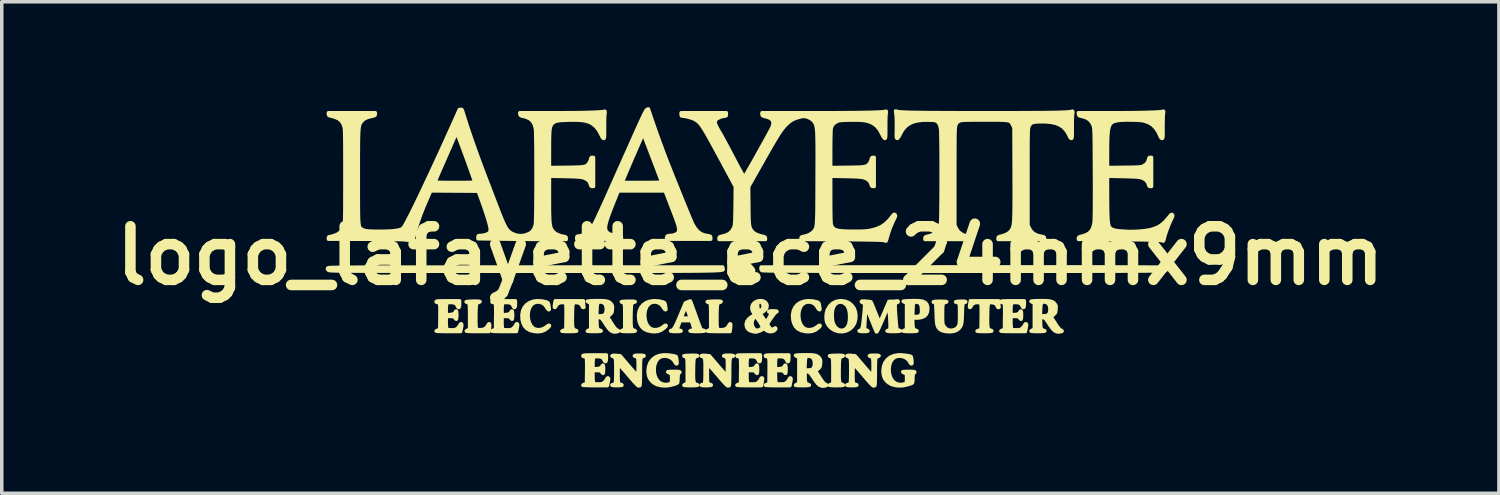
<source format=kicad_pcb>
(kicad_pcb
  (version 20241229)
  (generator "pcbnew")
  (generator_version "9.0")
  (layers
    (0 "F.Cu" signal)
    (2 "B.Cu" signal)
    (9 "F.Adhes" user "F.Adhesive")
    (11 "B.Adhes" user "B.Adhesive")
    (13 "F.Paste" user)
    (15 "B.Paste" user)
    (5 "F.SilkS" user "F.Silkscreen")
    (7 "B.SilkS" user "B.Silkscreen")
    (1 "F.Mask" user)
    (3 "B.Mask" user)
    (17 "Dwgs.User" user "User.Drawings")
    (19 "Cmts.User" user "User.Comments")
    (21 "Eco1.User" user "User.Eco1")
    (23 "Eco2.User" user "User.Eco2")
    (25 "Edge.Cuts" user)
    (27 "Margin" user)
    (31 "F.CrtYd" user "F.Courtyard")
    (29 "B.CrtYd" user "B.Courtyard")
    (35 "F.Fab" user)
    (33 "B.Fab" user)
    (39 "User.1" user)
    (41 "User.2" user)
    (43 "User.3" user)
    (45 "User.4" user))
  (footprint "logo_lafayette_ece_24mmx9mm"
    (layer "F.Cu")
    (at 18.295 4.222)
    (property "Reference" "logo_lafayette_ece_24mmx9mm" (at 0 0 0) (layer "F.SilkS") (effects (font (size 1.524 1.524) (thickness 0.3))))
    (attr through_hole)
    (fp_poly (pts (xy 0.095 0.424) (xy 0.09 0.452) (xy 0.082 0.46) (xy 0.056 0.472) (xy 0.018 0.503) (xy -0.025 0.546) (xy -0.068 0.594) (xy -0.103 0.641) (xy -0.12 0.669) (xy -0.145 0.714) (xy -0.166 0.737) (xy -0.193 0.745) (xy -0.213 0.746) (xy -0.26 0.737) (xy -0.3 0.707) (xy -0.308 0.698) (xy -0.34 0.652) (xy -0.372 0.596) (xy -0.379 0.581) (xy -0.428 0.508) (xy -0.481 0.463) (xy -0.531 0.426) (xy -0.556 0.396) (xy -0.555 0.37) (xy -0.528 0.34) (xy -0.474 0.301) (xy -0.46 0.293) (xy -0.392 0.243) (xy -0.335 0.19) (xy -0.303 0.152) (xy -0.256 0.094) (xy -0.217 0.066) (xy -0.181 0.069) (xy -0.147 0.101) (xy -0.123 0.139) (xy -0.09 0.189) (xy -0.043 0.247) (xy 0.007 0.301) (xy 0.059 0.357) (xy 0.089 0.402) (xy 0.095 0.424)) (stroke (width 0.1) (type solid)) (fill yes) (layer "F.SilkS"))
    (fp_poly (pts (xy -5.713 1.997) (xy -5.73 2.022) (xy -5.764 2.055) (xy -5.849 2.117) (xy -5.94 2.153) (xy -6.043 2.165) (xy -6.147 2.157) (xy -6.262 2.129) (xy -6.352 2.08) (xy -6.421 2.008) (xy -6.467 1.914) (xy -6.49 1.82) (xy -6.497 1.691) (xy -6.478 1.576) (xy -6.434 1.478) (xy -6.368 1.398) (xy -6.282 1.338) (xy -6.177 1.299) (xy -6.058 1.283) (xy -5.925 1.291) (xy -5.807 1.317) (xy -5.767 1.333) (xy -5.747 1.358) (xy -5.738 1.394) (xy -5.729 1.446) (xy -5.721 1.494) (xy -5.721 1.496) (xy -5.72 1.531) (xy -5.732 1.54) (xy -5.754 1.527) (xy -5.781 1.492) (xy -5.797 1.464) (xy -5.849 1.394) (xy -5.919 1.346) (xy -6.001 1.321) (xy -6.088 1.323) (xy -6.155 1.344) (xy -6.22 1.392) (xy -6.269 1.461) (xy -6.302 1.545) (xy -6.319 1.64) (xy -6.321 1.739) (xy -6.306 1.837) (xy -6.277 1.928) (xy -6.232 2.006) (xy -6.172 2.065) (xy -6.136 2.086) (xy -6.058 2.107) (xy -5.971 2.103) (xy -5.883 2.077) (xy -5.803 2.029) (xy -5.778 2.008) (xy -5.743 1.983) (xy -5.718 1.983) (xy -5.713 1.997)) (stroke (width 0.1) (type solid)) (fill yes) (layer "F.SilkS"))
    (fp_poly (pts (xy -3.273 2.144) (xy -3.294 2.151) (xy -3.344 2.156) (xy -3.425 2.159) (xy -3.469 2.159) (xy -3.544 2.158) (xy -3.606 2.156) (xy -3.649 2.152) (xy -3.667 2.147) (xy -3.667 2.147) (xy -3.654 2.133) (xy -3.622 2.117) (xy -3.619 2.116) (xy -3.572 2.098) (xy -3.572 1.734) (xy -3.572 1.613) (xy -3.573 1.52) (xy -3.575 1.451) (xy -3.58 1.402) (xy -3.587 1.37) (xy -3.598 1.35) (xy -3.613 1.339) (xy -3.632 1.333) (xy -3.64 1.331) (xy -3.664 1.32) (xy -3.668 1.312) (xy -3.653 1.307) (xy -3.612 1.303) (xy -3.551 1.299) (xy -3.477 1.297) (xy -3.469 1.297) (xy -3.38 1.297) (xy -3.317 1.299) (xy -3.282 1.304) (xy -3.275 1.31) (xy -3.294 1.325) (xy -3.314 1.33) (xy -3.339 1.336) (xy -3.358 1.349) (xy -3.371 1.371) (xy -3.381 1.408) (xy -3.387 1.463) (xy -3.391 1.541) (xy -3.394 1.646) (xy -3.394 1.681) (xy -3.396 1.808) (xy -3.395 1.907) (xy -3.392 1.982) (xy -3.385 2.036) (xy -3.374 2.073) (xy -3.359 2.098) (xy -3.338 2.112) (xy -3.321 2.119) (xy -3.283 2.133) (xy -3.273 2.144)) (stroke (width 0.1) (type solid)) (fill yes) (layer "F.SilkS"))
    (fp_poly (pts (xy -2.395 1.997) (xy -2.412 2.022) (xy -2.446 2.055) (xy -2.531 2.117) (xy -2.622 2.153) (xy -2.726 2.165) (xy -2.829 2.157) (xy -2.944 2.129) (xy -3.035 2.08) (xy -3.103 2.008) (xy -3.149 1.914) (xy -3.172 1.82) (xy -3.179 1.691) (xy -3.16 1.576) (xy -3.116 1.478) (xy -3.05 1.398) (xy -2.964 1.338) (xy -2.86 1.299) (xy -2.74 1.283) (xy -2.607 1.291) (xy -2.489 1.317) (xy -2.449 1.333) (xy -2.429 1.358) (xy -2.42 1.394) (xy -2.412 1.446) (xy -2.403 1.494) (xy -2.403 1.496) (xy -2.402 1.531) (xy -2.414 1.54) (xy -2.436 1.527) (xy -2.463 1.492) (xy -2.479 1.464) (xy -2.531 1.394) (xy -2.601 1.346) (xy -2.683 1.321) (xy -2.77 1.323) (xy -2.837 1.344) (xy -2.902 1.392) (xy -2.951 1.461) (xy -2.984 1.545) (xy -3.001 1.64) (xy -3.003 1.739) (xy -2.988 1.837) (xy -2.959 1.928) (xy -2.914 2.006) (xy -2.854 2.065) (xy -2.819 2.086) (xy -2.74 2.107) (xy -2.653 2.103) (xy -2.565 2.077) (xy -2.485 2.029) (xy -2.46 2.008) (xy -2.425 1.983) (xy -2.4 1.983) (xy -2.395 1.997)) (stroke (width 0.1) (type solid)) (fill yes) (layer "F.SilkS"))
    (fp_poly (pts (xy -1.495 3.683) (xy -1.516 3.691) (xy -1.566 3.696) (xy -1.647 3.699) (xy -1.691 3.699) (xy -1.766 3.698) (xy -1.828 3.695) (xy -1.871 3.692) (xy -1.889 3.687) (xy -1.889 3.686) (xy -1.876 3.673) (xy -1.844 3.657) (xy -1.841 3.656) (xy -1.794 3.638) (xy -1.794 3.274) (xy -1.794 3.153) (xy -1.795 3.06) (xy -1.797 2.991) (xy -1.802 2.942) (xy -1.809 2.91) (xy -1.82 2.89) (xy -1.835 2.879) (xy -1.854 2.873) (xy -1.862 2.871) (xy -1.886 2.86) (xy -1.89 2.852) (xy -1.875 2.847) (xy -1.834 2.842) (xy -1.773 2.839) (xy -1.699 2.837) (xy -1.691 2.836) (xy -1.602 2.836) (xy -1.539 2.839) (xy -1.504 2.844) (xy -1.497 2.85) (xy -1.516 2.864) (xy -1.536 2.87) (xy -1.561 2.876) (xy -1.58 2.889) (xy -1.593 2.911) (xy -1.603 2.948) (xy -1.609 3.003) (xy -1.613 3.081) (xy -1.616 3.186) (xy -1.616 3.221) (xy -1.618 3.348) (xy -1.617 3.447) (xy -1.614 3.522) (xy -1.607 3.576) (xy -1.596 3.613) (xy -1.581 3.637) (xy -1.56 3.652) (xy -1.543 3.659) (xy -1.505 3.673) (xy -1.495 3.683)) (stroke (width 0.1) (type solid)) (fill yes) (layer "F.SilkS"))
    (fp_poly (pts (xy 1.987 1.997) (xy 1.969 2.022) (xy 1.936 2.055) (xy 1.851 2.117) (xy 1.759 2.153) (xy 1.656 2.165) (xy 1.552 2.157) (xy 1.438 2.129) (xy 1.347 2.08) (xy 1.279 2.008) (xy 1.232 1.914) (xy 1.21 1.82) (xy 1.202 1.691) (xy 1.222 1.576) (xy 1.266 1.478) (xy 1.332 1.398) (xy 1.418 1.338) (xy 1.522 1.299) (xy 1.642 1.283) (xy 1.775 1.291) (xy 1.892 1.317) (xy 1.933 1.333) (xy 1.952 1.358) (xy 1.961 1.394) (xy 1.97 1.446) (xy 1.978 1.494) (xy 1.979 1.496) (xy 1.98 1.531) (xy 1.967 1.54) (xy 1.945 1.527) (xy 1.918 1.492) (xy 1.903 1.464) (xy 1.851 1.394) (xy 1.78 1.346) (xy 1.698 1.321) (xy 1.612 1.323) (xy 1.544 1.344) (xy 1.479 1.392) (xy 1.43 1.461) (xy 1.397 1.545) (xy 1.38 1.64) (xy 1.379 1.739) (xy 1.393 1.837) (xy 1.423 1.928) (xy 1.468 2.006) (xy 1.528 2.065) (xy 1.563 2.086) (xy 1.641 2.107) (xy 1.729 2.103) (xy 1.816 2.077) (xy 1.896 2.029) (xy 1.921 2.008) (xy 1.957 1.983) (xy 1.981 1.983) (xy 1.987 1.997)) (stroke (width 0.1) (type solid)) (fill yes) (layer "F.SilkS"))
    (fp_poly (pts (xy 2.648 3.683) (xy 2.628 3.691) (xy 2.577 3.696) (xy 2.496 3.699) (xy 2.453 3.699) (xy 2.378 3.698) (xy 2.315 3.695) (xy 2.272 3.692) (xy 2.254 3.687) (xy 2.254 3.686) (xy 2.267 3.673) (xy 2.3 3.657) (xy 2.302 3.656) (xy 2.349 3.638) (xy 2.349 3.274) (xy 2.349 3.153) (xy 2.348 3.06) (xy 2.346 2.991) (xy 2.341 2.942) (xy 2.334 2.91) (xy 2.323 2.89) (xy 2.309 2.879) (xy 2.289 2.873) (xy 2.281 2.871) (xy 2.258 2.86) (xy 2.253 2.852) (xy 2.269 2.847) (xy 2.31 2.842) (xy 2.37 2.839) (xy 2.444 2.837) (xy 2.453 2.836) (xy 2.542 2.836) (xy 2.605 2.839) (xy 2.64 2.844) (xy 2.646 2.85) (xy 2.628 2.864) (xy 2.607 2.87) (xy 2.583 2.876) (xy 2.564 2.889) (xy 2.55 2.911) (xy 2.541 2.948) (xy 2.534 3.003) (xy 2.53 3.081) (xy 2.528 3.186) (xy 2.527 3.221) (xy 2.526 3.348) (xy 2.526 3.447) (xy 2.53 3.522) (xy 2.536 3.576) (xy 2.547 3.613) (xy 2.562 3.637) (xy 2.583 3.652) (xy 2.6 3.659) (xy 2.639 3.673) (xy 2.648 3.683)) (stroke (width 0.1) (type solid)) (fill yes) (layer "F.SilkS"))
    (fp_poly (pts (xy 3.003 1.71) (xy 2.996 1.817) (xy 2.969 1.915) (xy 2.963 1.929) (xy 2.903 2.023) (xy 2.826 2.092) (xy 2.826 1.746) (xy 2.819 1.62) (xy 2.797 1.519) (xy 2.76 1.439) (xy 2.723 1.393) (xy 2.656 1.343) (xy 2.585 1.321) (xy 2.514 1.327) (xy 2.449 1.358) (xy 2.394 1.414) (xy 2.355 1.492) (xy 2.348 1.512) (xy 2.335 1.588) (xy 2.33 1.681) (xy 2.333 1.777) (xy 2.343 1.864) (xy 2.356 1.915) (xy 2.395 2) (xy 2.449 2.065) (xy 2.513 2.108) (xy 2.581 2.126) (xy 2.65 2.119) (xy 2.715 2.084) (xy 2.721 2.079) (xy 2.77 2.021) (xy 2.803 1.945) (xy 2.821 1.847) (xy 2.826 1.746) (xy 2.826 2.092) (xy 2.822 2.095) (xy 2.725 2.143) (xy 2.617 2.165) (xy 2.502 2.159) (xy 2.498 2.158) (xy 2.392 2.123) (xy 2.298 2.063) (xy 2.223 1.984) (xy 2.179 1.906) (xy 2.16 1.831) (xy 2.155 1.739) (xy 2.163 1.644) (xy 2.186 1.558) (xy 2.194 1.537) (xy 2.257 1.434) (xy 2.336 1.357) (xy 2.432 1.307) (xy 2.543 1.284) (xy 2.581 1.283) (xy 2.699 1.298) (xy 2.802 1.34) (xy 2.887 1.407) (xy 2.953 1.499) (xy 2.959 1.512) (xy 2.991 1.604) (xy 3.003 1.71)) (stroke (width 0.1) (type solid)) (fill yes) (layer "F.SilkS"))
    (fp_poly (pts (xy -7.415 1.991) (xy -7.421 2.063) (xy -7.424 2.085) (xy -7.434 2.159) (xy -7.757 2.159) (xy -7.855 2.158) (xy -7.94 2.157) (xy -8.009 2.154) (xy -8.057 2.151) (xy -8.079 2.148) (xy -8.08 2.147) (xy -8.067 2.133) (xy -8.035 2.117) (xy -8.033 2.116) (xy -7.985 2.098) (xy -7.985 1.734) (xy -7.985 1.613) (xy -7.986 1.52) (xy -7.989 1.451) (xy -7.993 1.402) (xy -8.001 1.37) (xy -8.011 1.35) (xy -8.026 1.339) (xy -8.046 1.333) (xy -8.053 1.331) (xy -8.079 1.321) (xy -8.085 1.313) (xy -8.072 1.308) (xy -8.032 1.303) (xy -7.972 1.299) (xy -7.898 1.296) (xy -7.886 1.296) (xy -7.791 1.295) (xy -7.728 1.297) (xy -7.694 1.303) (xy -7.688 1.309) (xy -7.707 1.324) (xy -7.727 1.33) (xy -7.752 1.336) (xy -7.771 1.349) (xy -7.784 1.371) (xy -7.794 1.408) (xy -7.8 1.463) (xy -7.804 1.541) (xy -7.807 1.646) (xy -7.807 1.681) (xy -7.808 1.78) (xy -7.808 1.871) (xy -7.806 1.95) (xy -7.803 2.009) (xy -7.799 2.04) (xy -7.79 2.077) (xy -7.776 2.097) (xy -7.748 2.105) (xy -7.704 2.108) (xy -7.613 2.103) (xy -7.542 2.075) (xy -7.491 2.024) (xy -7.478 2.001) (xy -7.45 1.954) (xy -7.43 1.937) (xy -7.418 1.949) (xy -7.415 1.991)) (stroke (width 0.1) (type solid)) (fill yes) (layer "F.SilkS"))
    (fp_poly (pts (xy -0.557 1.991) (xy -0.563 2.063) (xy -0.566 2.085) (xy -0.576 2.159) (xy -0.899 2.159) (xy -0.997 2.158) (xy -1.082 2.157) (xy -1.151 2.154) (xy -1.199 2.151) (xy -1.221 2.148) (xy -1.222 2.147) (xy -1.209 2.133) (xy -1.177 2.117) (xy -1.175 2.116) (xy -1.127 2.098) (xy -1.127 1.734) (xy -1.127 1.613) (xy -1.128 1.52) (xy -1.131 1.451) (xy -1.135 1.402) (xy -1.143 1.37) (xy -1.153 1.35) (xy -1.168 1.339) (xy -1.188 1.333) (xy -1.195 1.331) (xy -1.221 1.321) (xy -1.227 1.313) (xy -1.214 1.308) (xy -1.174 1.303) (xy -1.114 1.299) (xy -1.04 1.296) (xy -1.028 1.296) (xy -0.933 1.295) (xy -0.87 1.297) (xy -0.836 1.303) (xy -0.83 1.309) (xy -0.849 1.324) (xy -0.869 1.33) (xy -0.894 1.336) (xy -0.913 1.349) (xy -0.926 1.371) (xy -0.936 1.408) (xy -0.942 1.463) (xy -0.946 1.541) (xy -0.949 1.646) (xy -0.949 1.681) (xy -0.95 1.78) (xy -0.95 1.871) (xy -0.948 1.95) (xy -0.945 2.009) (xy -0.941 2.04) (xy -0.932 2.077) (xy -0.918 2.097) (xy -0.89 2.105) (xy -0.846 2.108) (xy -0.755 2.103) (xy -0.684 2.075) (xy -0.633 2.024) (xy -0.62 2.001) (xy -0.592 1.954) (xy -0.572 1.937) (xy -0.56 1.949) (xy -0.557 1.991)) (stroke (width 0.1) (type solid)) (fill yes) (layer "F.SilkS"))
    (fp_poly (pts (xy -4.735 1.469) (xy -4.753 1.476) (xy -4.775 1.465) (xy -4.778 1.453) (xy -4.788 1.427) (xy -4.812 1.392) (xy -4.815 1.388) (xy -4.85 1.358) (xy -4.897 1.342) (xy -4.931 1.338) (xy -4.971 1.335) (xy -5.002 1.337) (xy -5.024 1.349) (xy -5.039 1.374) (xy -5.049 1.415) (xy -5.055 1.477) (xy -5.059 1.563) (xy -5.061 1.677) (xy -5.061 1.681) (xy -5.063 1.808) (xy -5.062 1.907) (xy -5.059 1.982) (xy -5.052 2.036) (xy -5.041 2.074) (xy -5.026 2.098) (xy -5.005 2.112) (xy -4.988 2.119) (xy -4.95 2.132) (xy -4.94 2.143) (xy -4.959 2.151) (xy -5.007 2.156) (xy -5.086 2.159) (xy -5.154 2.159) (xy -5.232 2.158) (xy -5.295 2.156) (xy -5.34 2.153) (xy -5.359 2.149) (xy -5.36 2.148) (xy -5.338 2.135) (xy -5.3 2.121) (xy -5.298 2.12) (xy -5.247 2.103) (xy -5.242 1.74) (xy -5.241 1.607) (xy -5.242 1.504) (xy -5.245 1.429) (xy -5.249 1.381) (xy -5.255 1.357) (xy -5.256 1.355) (xy -5.286 1.34) (xy -5.334 1.334) (xy -5.39 1.337) (xy -5.442 1.349) (xy -5.46 1.357) (xy -5.498 1.388) (xy -5.524 1.428) (xy -5.543 1.461) (xy -5.562 1.476) (xy -5.563 1.476) (xy -5.573 1.468) (xy -5.574 1.439) (xy -5.567 1.385) (xy -5.566 1.381) (xy -5.55 1.286) (xy -5.148 1.286) (xy -4.747 1.286) (xy -4.746 1.345) (xy -4.744 1.396) (xy -4.737 1.438) (xy -4.737 1.441) (xy -4.735 1.469)) (stroke (width 0.1) (type solid)) (fill yes) (layer "F.SilkS"))
    (fp_poly (pts (xy 7.076 1.469) (xy 7.058 1.476) (xy 7.036 1.465) (xy 7.033 1.453) (xy 7.023 1.427) (xy 6.999 1.392) (xy 6.996 1.388) (xy 6.961 1.358) (xy 6.914 1.342) (xy 6.88 1.338) (xy 6.84 1.335) (xy 6.809 1.337) (xy 6.787 1.349) (xy 6.772 1.374) (xy 6.762 1.415) (xy 6.756 1.477) (xy 6.752 1.563) (xy 6.75 1.677) (xy 6.75 1.681) (xy 6.748 1.808) (xy 6.749 1.907) (xy 6.752 1.982) (xy 6.759 2.036) (xy 6.77 2.074) (xy 6.785 2.098) (xy 6.806 2.112) (xy 6.823 2.119) (xy 6.861 2.132) (xy 6.871 2.143) (xy 6.852 2.151) (xy 6.804 2.156) (xy 6.725 2.159) (xy 6.657 2.159) (xy 6.579 2.158) (xy 6.516 2.156) (xy 6.471 2.153) (xy 6.452 2.149) (xy 6.451 2.148) (xy 6.473 2.135) (xy 6.511 2.121) (xy 6.513 2.12) (xy 6.564 2.103) (xy 6.569 1.74) (xy 6.57 1.607) (xy 6.569 1.504) (xy 6.566 1.429) (xy 6.562 1.381) (xy 6.556 1.357) (xy 6.555 1.355) (xy 6.525 1.34) (xy 6.477 1.334) (xy 6.421 1.337) (xy 6.369 1.349) (xy 6.351 1.357) (xy 6.313 1.388) (xy 6.287 1.428) (xy 6.268 1.461) (xy 6.249 1.476) (xy 6.248 1.476) (xy 6.238 1.468) (xy 6.237 1.439) (xy 6.244 1.385) (xy 6.245 1.381) (xy 6.261 1.286) (xy 6.663 1.286) (xy 7.064 1.286) (xy 7.065 1.345) (xy 7.067 1.396) (xy 7.074 1.438) (xy 7.074 1.441) (xy 7.076 1.469)) (stroke (width 0.1) (type solid)) (fill yes) (layer "F.SilkS"))
    (fp_poly (pts (xy 5.048 1.504) (xy 5.038 1.6) (xy 5.005 1.673) (xy 4.949 1.726) (xy 4.869 1.759) (xy 4.79 1.773) (xy 4.733 1.777) (xy 4.7 1.775) (xy 4.683 1.765) (xy 4.678 1.756) (xy 4.677 1.74) (xy 4.695 1.732) (xy 4.737 1.73) (xy 4.738 1.73) (xy 4.788 1.726) (xy 4.821 1.71) (xy 4.842 1.687) (xy 4.86 1.66) (xy 4.87 1.63) (xy 4.873 1.587) (xy 4.871 1.522) (xy 4.871 1.52) (xy 4.863 1.438) (xy 4.845 1.382) (xy 4.813 1.347) (xy 4.765 1.328) (xy 4.736 1.323) (xy 4.702 1.319) (xy 4.676 1.323) (xy 4.656 1.336) (xy 4.643 1.363) (xy 4.634 1.407) (xy 4.628 1.473) (xy 4.625 1.563) (xy 4.623 1.673) (xy 4.621 1.802) (xy 4.622 1.902) (xy 4.625 1.978) (xy 4.631 2.033) (xy 4.642 2.071) (xy 4.656 2.096) (xy 4.676 2.111) (xy 4.696 2.119) (xy 4.734 2.133) (xy 4.743 2.144) (xy 4.723 2.151) (xy 4.673 2.156) (xy 4.592 2.159) (xy 4.548 2.159) (xy 4.473 2.158) (xy 4.411 2.156) (xy 4.368 2.152) (xy 4.35 2.147) (xy 4.35 2.147) (xy 4.363 2.133) (xy 4.395 2.117) (xy 4.397 2.116) (xy 4.445 2.098) (xy 4.445 1.722) (xy 4.445 1.347) (xy 4.397 1.329) (xy 4.365 1.313) (xy 4.35 1.299) (xy 4.35 1.298) (xy 4.365 1.293) (xy 4.405 1.289) (xy 4.464 1.285) (xy 4.537 1.283) (xy 4.616 1.281) (xy 4.696 1.281) (xy 4.769 1.282) (xy 4.809 1.284) (xy 4.905 1.299) (xy 4.977 1.334) (xy 5.023 1.388) (xy 5.046 1.463) (xy 5.048 1.504)) (stroke (width 0.1) (type solid)) (fill yes) (layer "F.SilkS"))
    (fp_poly (pts (xy -2.004 3.319) (xy -2.021 3.337) (xy -2.028 3.343) (xy -2.043 3.361) (xy -2.052 3.394) (xy -2.057 3.447) (xy -2.058 3.481) (xy -2.06 3.541) (xy -2.064 3.589) (xy -2.07 3.616) (xy -2.07 3.617) (xy -2.092 3.632) (xy -2.137 3.65) (xy -2.197 3.668) (xy -2.264 3.685) (xy -2.328 3.697) (xy -2.373 3.703) (xy -2.437 3.704) (xy -2.51 3.701) (xy -2.543 3.697) (xy -2.659 3.668) (xy -2.755 3.614) (xy -2.805 3.569) (xy -2.859 3.499) (xy -2.892 3.418) (xy -2.907 3.321) (xy -2.908 3.273) (xy -2.893 3.152) (xy -2.852 3.045) (xy -2.787 2.957) (xy -2.701 2.889) (xy -2.595 2.844) (xy -2.472 2.824) (xy -2.441 2.823) (xy -2.377 2.825) (xy -2.306 2.831) (xy -2.235 2.84) (xy -2.173 2.851) (xy -2.128 2.863) (xy -2.109 2.872) (xy -2.103 2.891) (xy -2.095 2.933) (xy -2.089 2.981) (xy -2.084 3.036) (xy -2.086 3.067) (xy -2.094 3.079) (xy -2.101 3.08) (xy -2.122 3.066) (xy -2.142 3.034) (xy -2.143 3.032) (xy -2.188 2.963) (xy -2.254 2.91) (xy -2.335 2.874) (xy -2.423 2.859) (xy -2.51 2.867) (xy -2.572 2.889) (xy -2.636 2.939) (xy -2.685 3.011) (xy -2.718 3.098) (xy -2.734 3.196) (xy -2.734 3.298) (xy -2.716 3.398) (xy -2.681 3.491) (xy -2.629 3.57) (xy -2.608 3.592) (xy -2.541 3.636) (xy -2.46 3.662) (xy -2.376 3.667) (xy -2.299 3.649) (xy -2.285 3.643) (xy -2.262 3.629) (xy -2.248 3.614) (xy -2.241 3.588) (xy -2.239 3.545) (xy -2.238 3.491) (xy -2.238 3.364) (xy -2.294 3.341) (xy -2.33 3.323) (xy -2.349 3.308) (xy -2.349 3.306) (xy -2.335 3.301) (xy -2.295 3.297) (xy -2.235 3.295) (xy -2.175 3.294) (xy -2.091 3.295) (xy -2.037 3.299) (xy -2.009 3.307) (xy -2.004 3.319)) (stroke (width 0.1) (type solid)) (fill yes) (layer "F.SilkS"))
    (fp_poly (pts (xy 4.679 3.319) (xy 4.662 3.337) (xy 4.655 3.343) (xy 4.64 3.361) (xy 4.631 3.394) (xy 4.627 3.447) (xy 4.626 3.481) (xy 4.624 3.541) (xy 4.619 3.589) (xy 4.614 3.616) (xy 4.613 3.617) (xy 4.591 3.632) (xy 4.546 3.65) (xy 4.486 3.668) (xy 4.42 3.685) (xy 4.355 3.697) (xy 4.31 3.703) (xy 4.246 3.704) (xy 4.173 3.701) (xy 4.14 3.697) (xy 4.025 3.668) (xy 3.928 3.614) (xy 3.878 3.569) (xy 3.824 3.499) (xy 3.791 3.418) (xy 3.777 3.321) (xy 3.776 3.273) (xy 3.79 3.152) (xy 3.831 3.045) (xy 3.896 2.957) (xy 3.983 2.889) (xy 4.089 2.844) (xy 4.212 2.824) (xy 4.243 2.823) (xy 4.306 2.825) (xy 4.377 2.831) (xy 4.448 2.84) (xy 4.51 2.851) (xy 4.555 2.863) (xy 4.574 2.872) (xy 4.581 2.891) (xy 4.589 2.933) (xy 4.595 2.981) (xy 4.599 3.036) (xy 4.598 3.067) (xy 4.589 3.079) (xy 4.583 3.08) (xy 4.562 3.066) (xy 4.541 3.034) (xy 4.54 3.032) (xy 4.496 2.963) (xy 4.429 2.91) (xy 4.349 2.874) (xy 4.261 2.859) (xy 4.173 2.867) (xy 4.112 2.889) (xy 4.047 2.939) (xy 3.998 3.011) (xy 3.966 3.098) (xy 3.949 3.196) (xy 3.95 3.298) (xy 3.967 3.398) (xy 4.002 3.491) (xy 4.054 3.57) (xy 4.076 3.592) (xy 4.142 3.636) (xy 4.223 3.662) (xy 4.307 3.667) (xy 4.384 3.649) (xy 4.398 3.643) (xy 4.421 3.629) (xy 4.435 3.614) (xy 4.442 3.588) (xy 4.445 3.545) (xy 4.445 3.491) (xy 4.445 3.364) (xy 4.389 3.341) (xy 4.354 3.323) (xy 4.335 3.308) (xy 4.334 3.306) (xy 4.349 3.301) (xy 4.389 3.297) (xy 4.448 3.295) (xy 4.508 3.294) (xy 4.592 3.295) (xy 4.647 3.299) (xy 4.675 3.307) (xy 4.679 3.319)) (stroke (width 0.1) (type solid)) (fill yes) (layer "F.SilkS"))
    (fp_poly (pts (xy 11.841 0.368) (xy 11.831 0.404) (xy 11.818 0.42) (xy 11.814 0.422) (xy 11.805 0.424) (xy 11.791 0.426) (xy 11.77 0.428) (xy 11.742 0.429) (xy 11.706 0.431) (xy 11.66 0.432) (xy 11.604 0.434) (xy 11.537 0.435) (xy 11.458 0.436) (xy 11.365 0.437) (xy 11.259 0.438) (xy 11.138 0.439) (xy 11.001 0.44) (xy 10.846 0.441) (xy 10.674 0.441) (xy 10.483 0.442) (xy 10.273 0.442) (xy 10.042 0.443) (xy 9.789 0.443) (xy 9.513 0.443) (xy 9.214 0.444) (xy 8.89 0.444) (xy 8.541 0.444) (xy 8.166 0.444) (xy 7.763 0.444) (xy 7.331 0.444) (xy 6.871 0.444) (xy 6.38 0.444) (xy 6.074 0.445) (xy 5.554 0.444) (xy 5.065 0.444) (xy 4.606 0.444) (xy 4.176 0.444) (xy 3.775 0.444) (xy 3.401 0.444) (xy 3.053 0.444) (xy 2.731 0.443) (xy 2.434 0.443) (xy 2.161 0.442) (xy 1.91 0.442) (xy 1.682 0.441) (xy 1.475 0.441) (xy 1.289 0.44) (xy 1.122 0.439) (xy 0.974 0.438) (xy 0.844 0.437) (xy 0.73 0.436) (xy 0.633 0.435) (xy 0.551 0.434) (xy 0.483 0.432) (xy 0.428 0.431) (xy 0.386 0.429) (xy 0.356 0.428) (xy 0.337 0.426) (xy 0.328 0.424) (xy 0.327 0.424) (xy 0.305 0.39) (xy 0.304 0.364) (xy 0.31 0.325) (xy 6.055 0.321) (xy 6.599 0.321) (xy 7.113 0.321) (xy 7.596 0.321) (xy 8.05 0.321) (xy 8.474 0.32) (xy 8.869 0.321) (xy 9.236 0.321) (xy 9.576 0.321) (xy 9.89 0.321) (xy 10.177 0.322) (xy 10.439 0.322) (xy 10.676 0.323) (xy 10.888 0.323) (xy 11.078 0.324) (xy 11.244 0.325) (xy 11.387 0.326) (xy 11.509 0.327) (xy 11.61 0.328) (xy 11.691 0.33) (xy 11.752 0.331) (xy 11.793 0.333) (xy 11.816 0.334) (xy 11.821 0.335) (xy 11.841 0.368)) (stroke (width 0.1) (type solid)) (fill yes) (layer "F.SilkS"))
    (fp_poly (pts (xy -1.301 2.142) (xy -1.32 2.149) (xy -1.367 2.155) (xy -1.439 2.158) (xy -1.508 2.159) (xy -1.596 2.158) (xy -1.662 2.154) (xy -1.703 2.149) (xy -1.714 2.143) (xy -1.701 2.131) (xy -1.679 2.127) (xy -1.638 2.123) (xy -1.616 2.11) (xy -1.61 2.082) (xy -1.618 2.034) (xy -1.637 1.973) (xy -1.677 1.849) (xy -1.714 1.849) (xy -1.714 1.765) (xy -1.72 1.742) (xy -1.733 1.698) (xy -1.752 1.642) (xy -1.773 1.581) (xy -1.794 1.525) (xy -1.811 1.481) (xy -1.822 1.458) (xy -1.823 1.457) (xy -1.833 1.466) (xy -1.851 1.497) (xy -1.873 1.544) (xy -1.898 1.6) (xy -1.921 1.656) (xy -1.939 1.707) (xy -1.951 1.745) (xy -1.953 1.758) (xy -1.941 1.77) (xy -1.903 1.776) (xy -1.836 1.778) (xy -1.834 1.778) (xy -1.777 1.776) (xy -1.735 1.772) (xy -1.715 1.766) (xy -1.714 1.765) (xy -1.714 1.849) (xy -1.834 1.849) (xy -1.992 1.849) (xy -2.037 1.968) (xy -2.059 2.027) (xy -2.07 2.064) (xy -2.071 2.086) (xy -2.063 2.099) (xy -2.054 2.107) (xy -2.018 2.124) (xy -1.997 2.127) (xy -1.973 2.135) (xy -1.968 2.143) (xy -1.984 2.151) (xy -2.025 2.156) (xy -2.089 2.159) (xy -2.119 2.159) (xy -2.19 2.157) (xy -2.242 2.153) (xy -2.268 2.146) (xy -2.27 2.143) (xy -2.257 2.129) (xy -2.248 2.127) (xy -2.225 2.123) (xy -2.202 2.108) (xy -2.177 2.08) (xy -2.149 2.035) (xy -2.116 1.971) (xy -2.076 1.885) (xy -2.028 1.773) (xy -2 1.707) (xy -1.849 1.347) (xy -1.78 1.316) (xy -1.738 1.299) (xy -1.71 1.291) (xy -1.704 1.291) (xy -1.698 1.307) (xy -1.682 1.348) (xy -1.658 1.412) (xy -1.629 1.493) (xy -1.594 1.588) (xy -1.564 1.673) (xy -1.526 1.778) (xy -1.491 1.874) (xy -1.461 1.957) (xy -1.436 2.022) (xy -1.419 2.065) (xy -1.412 2.081) (xy -1.385 2.107) (xy -1.349 2.122) (xy -1.309 2.132) (xy -1.301 2.142)) (stroke (width 0.1) (type solid)) (fill yes) (layer "F.SilkS"))
    (fp_poly (pts (xy -3.751 2.149) (xy -3.778 2.161) (xy -3.796 2.165) (xy -3.843 2.172) (xy -3.88 2.171) (xy -3.916 2.161) (xy -3.957 2.142) (xy -3.999 2.106) (xy -4.046 2.05) (xy -4.096 1.979) (xy -4.096 1.524) (xy -4.106 1.437) (xy -4.138 1.373) (xy -4.189 1.333) (xy -4.26 1.318) (xy -4.268 1.318) (xy -4.303 1.322) (xy -4.328 1.337) (xy -4.345 1.369) (xy -4.355 1.421) (xy -4.361 1.498) (xy -4.363 1.542) (xy -4.369 1.714) (xy -4.289 1.714) (xy -4.233 1.711) (xy -4.185 1.702) (xy -4.17 1.697) (xy -4.128 1.663) (xy -4.104 1.606) (xy -4.096 1.524) (xy -4.096 1.979) (xy -4.103 1.969) (xy -4.121 1.941) (xy -4.168 1.868) (xy -4.205 1.818) (xy -4.234 1.786) (xy -4.261 1.77) (xy -4.291 1.763) (xy -4.313 1.762) (xy -4.366 1.762) (xy -4.364 1.885) (xy -4.361 1.973) (xy -4.355 2.034) (xy -4.345 2.075) (xy -4.328 2.1) (xy -4.302 2.115) (xy -4.29 2.119) (xy -4.251 2.133) (xy -4.242 2.144) (xy -4.262 2.151) (xy -4.312 2.156) (xy -4.393 2.159) (xy -4.437 2.159) (xy -4.512 2.158) (xy -4.574 2.156) (xy -4.617 2.152) (xy -4.635 2.147) (xy -4.636 2.147) (xy -4.622 2.133) (xy -4.59 2.117) (xy -4.588 2.116) (xy -4.54 2.098) (xy -4.54 1.722) (xy -4.54 1.347) (xy -4.588 1.329) (xy -4.621 1.313) (xy -4.635 1.299) (xy -4.636 1.298) (xy -4.621 1.293) (xy -4.58 1.288) (xy -4.521 1.285) (xy -4.449 1.282) (xy -4.32 1.281) (xy -4.218 1.282) (xy -4.14 1.287) (xy -4.08 1.297) (xy -4.035 1.311) (xy -3.999 1.331) (xy -3.97 1.358) (xy -3.96 1.369) (xy -3.937 1.4) (xy -3.925 1.43) (xy -3.922 1.471) (xy -3.924 1.522) (xy -3.929 1.579) (xy -3.939 1.617) (xy -3.958 1.646) (xy -3.993 1.68) (xy -3.997 1.683) (xy -4.063 1.742) (xy -3.95 1.921) (xy -3.895 2.005) (xy -3.852 2.063) (xy -3.818 2.1) (xy -3.792 2.117) (xy -3.755 2.135) (xy -3.751 2.149)) (stroke (width 0.1) (type solid)) (fill yes) (layer "F.SilkS"))
    (fp_poly (pts (xy 2.171 3.689) (xy 2.144 3.701) (xy 2.125 3.705) (xy 2.078 3.712) (xy 2.042 3.711) (xy 2.005 3.701) (xy 1.965 3.682) (xy 1.922 3.646) (xy 1.875 3.589) (xy 1.826 3.519) (xy 1.826 3.064) (xy 1.815 2.977) (xy 1.784 2.913) (xy 1.732 2.873) (xy 1.662 2.858) (xy 1.654 2.857) (xy 1.618 2.862) (xy 1.593 2.877) (xy 1.576 2.909) (xy 1.566 2.96) (xy 1.56 3.037) (xy 1.558 3.082) (xy 1.552 3.254) (xy 1.633 3.254) (xy 1.688 3.251) (xy 1.736 3.242) (xy 1.752 3.237) (xy 1.793 3.203) (xy 1.818 3.146) (xy 1.826 3.064) (xy 1.826 3.519) (xy 1.819 3.509) (xy 1.801 3.481) (xy 1.753 3.408) (xy 1.717 3.358) (xy 1.687 3.326) (xy 1.66 3.309) (xy 1.631 3.303) (xy 1.608 3.302) (xy 1.556 3.302) (xy 1.558 3.425) (xy 1.56 3.513) (xy 1.566 3.574) (xy 1.576 3.615) (xy 1.594 3.64) (xy 1.619 3.654) (xy 1.631 3.659) (xy 1.67 3.673) (xy 1.68 3.683) (xy 1.66 3.691) (xy 1.609 3.696) (xy 1.528 3.699) (xy 1.484 3.699) (xy 1.409 3.698) (xy 1.347 3.695) (xy 1.304 3.692) (xy 1.286 3.687) (xy 1.286 3.686) (xy 1.299 3.673) (xy 1.331 3.657) (xy 1.333 3.656) (xy 1.381 3.638) (xy 1.381 3.262) (xy 1.381 2.886) (xy 1.333 2.869) (xy 1.301 2.853) (xy 1.286 2.839) (xy 1.286 2.838) (xy 1.301 2.833) (xy 1.341 2.828) (xy 1.401 2.825) (xy 1.472 2.822) (xy 1.601 2.821) (xy 1.703 2.822) (xy 1.782 2.827) (xy 1.841 2.836) (xy 1.887 2.851) (xy 1.922 2.871) (xy 1.952 2.898) (xy 1.962 2.909) (xy 1.985 2.94) (xy 1.996 2.97) (xy 1.999 3.01) (xy 1.997 3.062) (xy 1.992 3.119) (xy 1.982 3.157) (xy 1.963 3.186) (xy 1.928 3.219) (xy 1.924 3.223) (xy 1.858 3.282) (xy 1.971 3.461) (xy 2.026 3.545) (xy 2.069 3.603) (xy 2.103 3.64) (xy 2.13 3.657) (xy 2.166 3.675) (xy 2.171 3.689)) (stroke (width 0.1) (type solid)) (fill yes) (layer "F.SilkS"))
    (fp_poly (pts (xy 8.87 2.149) (xy 8.843 2.161) (xy 8.825 2.165) (xy 8.777 2.172) (xy 8.741 2.171) (xy 8.704 2.161) (xy 8.664 2.142) (xy 8.622 2.106) (xy 8.574 2.05) (xy 8.525 1.979) (xy 8.525 1.524) (xy 8.514 1.437) (xy 8.483 1.373) (xy 8.432 1.333) (xy 8.361 1.318) (xy 8.353 1.318) (xy 8.318 1.322) (xy 8.293 1.337) (xy 8.276 1.369) (xy 8.265 1.421) (xy 8.259 1.498) (xy 8.257 1.542) (xy 8.251 1.714) (xy 8.332 1.714) (xy 8.387 1.711) (xy 8.435 1.702) (xy 8.451 1.697) (xy 8.493 1.663) (xy 8.517 1.606) (xy 8.525 1.524) (xy 8.525 1.979) (xy 8.518 1.969) (xy 8.5 1.941) (xy 8.452 1.868) (xy 8.416 1.818) (xy 8.386 1.786) (xy 8.359 1.77) (xy 8.33 1.763) (xy 8.308 1.762) (xy 8.255 1.762) (xy 8.257 1.885) (xy 8.259 1.973) (xy 8.265 2.034) (xy 8.276 2.075) (xy 8.293 2.1) (xy 8.318 2.115) (xy 8.33 2.119) (xy 8.369 2.133) (xy 8.379 2.144) (xy 8.359 2.151) (xy 8.309 2.156) (xy 8.227 2.159) (xy 8.184 2.159) (xy 8.108 2.158) (xy 8.046 2.156) (xy 8.003 2.152) (xy 7.985 2.147) (xy 7.985 2.147) (xy 7.998 2.133) (xy 8.03 2.117) (xy 8.033 2.116) (xy 8.08 2.098) (xy 8.08 1.722) (xy 8.08 1.347) (xy 8.033 1.329) (xy 8 1.313) (xy 7.985 1.299) (xy 7.985 1.298) (xy 8 1.293) (xy 8.04 1.288) (xy 8.1 1.285) (xy 8.172 1.282) (xy 8.301 1.281) (xy 8.402 1.282) (xy 8.481 1.287) (xy 8.541 1.297) (xy 8.586 1.311) (xy 8.621 1.331) (xy 8.651 1.358) (xy 8.661 1.369) (xy 8.684 1.4) (xy 8.696 1.43) (xy 8.699 1.471) (xy 8.696 1.522) (xy 8.691 1.579) (xy 8.682 1.617) (xy 8.662 1.646) (xy 8.628 1.68) (xy 8.624 1.683) (xy 8.557 1.742) (xy 8.671 1.921) (xy 8.726 2.005) (xy 8.769 2.063) (xy 8.802 2.1) (xy 8.829 2.117) (xy 8.865 2.135) (xy 8.87 2.149)) (stroke (width 0.1) (type solid)) (fill yes) (layer "F.SilkS"))
    (fp_poly (pts (xy 6.128 1.314) (xy 6.115 1.33) (xy 6.097 1.333) (xy 6.064 1.346) (xy 6.051 1.361) (xy 6.045 1.386) (xy 6.04 1.436) (xy 6.035 1.507) (xy 6.032 1.591) (xy 6.03 1.659) (xy 6.026 1.77) (xy 6.021 1.856) (xy 6.013 1.921) (xy 6 1.971) (xy 5.981 2.012) (xy 5.955 2.049) (xy 5.925 2.083) (xy 5.865 2.126) (xy 5.783 2.154) (xy 5.685 2.166) (xy 5.578 2.161) (xy 5.564 2.159) (xy 5.484 2.142) (xy 5.426 2.12) (xy 5.382 2.089) (xy 5.371 2.077) (xy 5.347 2.048) (xy 5.328 2.015) (xy 5.315 1.975) (xy 5.304 1.921) (xy 5.297 1.85) (xy 5.292 1.756) (xy 5.288 1.644) (xy 5.284 1.539) (xy 5.281 1.462) (xy 5.278 1.408) (xy 5.274 1.373) (xy 5.268 1.352) (xy 5.259 1.341) (xy 5.248 1.336) (xy 5.242 1.334) (xy 5.209 1.323) (xy 5.206 1.314) (xy 5.231 1.307) (xy 5.284 1.301) (xy 5.361 1.299) (xy 5.397 1.298) (xy 5.471 1.3) (xy 5.532 1.302) (xy 5.573 1.307) (xy 5.588 1.312) (xy 5.588 1.312) (xy 5.575 1.324) (xy 5.55 1.33) (xy 5.523 1.336) (xy 5.502 1.348) (xy 5.488 1.369) (xy 5.478 1.405) (xy 5.472 1.46) (xy 5.47 1.537) (xy 5.469 1.641) (xy 5.469 1.665) (xy 5.469 1.768) (xy 5.471 1.844) (xy 5.473 1.898) (xy 5.478 1.937) (xy 5.485 1.966) (xy 5.495 1.989) (xy 5.502 2) (xy 5.557 2.07) (xy 5.626 2.112) (xy 5.708 2.124) (xy 5.728 2.123) (xy 5.813 2.105) (xy 5.878 2.065) (xy 5.925 2) (xy 5.925 1.999) (xy 5.936 1.975) (xy 5.943 1.944) (xy 5.948 1.901) (xy 5.951 1.842) (xy 5.953 1.761) (xy 5.953 1.657) (xy 5.953 1.55) (xy 5.951 1.47) (xy 5.947 1.413) (xy 5.94 1.375) (xy 5.929 1.352) (xy 5.912 1.34) (xy 5.89 1.333) (xy 5.877 1.331) (xy 5.844 1.323) (xy 5.84 1.315) (xy 5.861 1.307) (xy 5.906 1.301) (xy 5.97 1.297) (xy 5.985 1.297) (xy 6.058 1.297) (xy 6.103 1.3) (xy 6.125 1.307) (xy 6.128 1.314)) (stroke (width 0.1) (type solid)) (fill yes) (layer "F.SilkS"))
    (fp_poly (pts (xy -8.207 1.968) (xy -8.211 2.001) (xy -8.219 2.051) (xy -8.225 2.079) (xy -8.242 2.159) (xy -8.59 2.159) (xy -8.691 2.158) (xy -8.781 2.157) (xy -8.854 2.155) (xy -8.907 2.152) (xy -8.935 2.148) (xy -8.938 2.146) (xy -8.924 2.134) (xy -8.891 2.12) (xy -8.886 2.119) (xy -8.834 2.103) (xy -8.83 1.74) (xy -8.829 1.616) (xy -8.829 1.52) (xy -8.831 1.449) (xy -8.836 1.398) (xy -8.844 1.365) (xy -8.855 1.346) (xy -8.871 1.336) (xy -8.893 1.334) (xy -8.9 1.333) (xy -8.93 1.325) (xy -8.938 1.31) (xy -8.934 1.302) (xy -8.92 1.296) (xy -8.892 1.291) (xy -8.846 1.288) (xy -8.779 1.287) (xy -8.687 1.286) (xy -8.604 1.286) (xy -8.271 1.286) (xy -8.271 1.381) (xy -8.275 1.441) (xy -8.287 1.473) (xy -8.304 1.476) (xy -8.325 1.45) (xy -8.335 1.428) (xy -8.363 1.38) (xy -8.403 1.351) (xy -8.462 1.336) (xy -8.521 1.333) (xy -8.576 1.335) (xy -8.608 1.34) (xy -8.625 1.352) (xy -8.636 1.374) (xy -8.644 1.409) (xy -8.649 1.465) (xy -8.652 1.531) (xy -8.652 1.541) (xy -8.651 1.611) (xy -8.643 1.655) (xy -8.624 1.676) (xy -8.587 1.681) (xy -8.529 1.675) (xy -8.513 1.673) (xy -8.459 1.662) (xy -8.426 1.648) (xy -8.407 1.626) (xy -8.401 1.615) (xy -8.38 1.58) (xy -8.365 1.576) (xy -8.355 1.602) (xy -8.351 1.659) (xy -8.35 1.691) (xy -8.352 1.748) (xy -8.357 1.79) (xy -8.363 1.809) (xy -8.364 1.81) (xy -8.382 1.798) (xy -8.404 1.77) (xy -8.421 1.749) (xy -8.443 1.737) (xy -8.478 1.732) (xy -8.535 1.73) (xy -8.541 1.73) (xy -8.652 1.73) (xy -8.652 1.88) (xy -8.65 1.951) (xy -8.646 2.013) (xy -8.64 2.059) (xy -8.636 2.071) (xy -8.626 2.091) (xy -8.611 2.104) (xy -8.583 2.109) (xy -8.535 2.111) (xy -8.502 2.111) (xy -8.439 2.11) (xy -8.398 2.105) (xy -8.367 2.093) (xy -8.337 2.071) (xy -8.327 2.062) (xy -8.291 2.024) (xy -8.266 1.987) (xy -8.261 1.975) (xy -8.245 1.946) (xy -8.225 1.938) (xy -8.21 1.952) (xy -8.207 1.968)) (stroke (width 0.1) (type solid)) (fill yes) (layer "F.SilkS"))
    (fp_poly (pts (xy -6.62 1.968) (xy -6.623 2.001) (xy -6.631 2.051) (xy -6.637 2.079) (xy -6.654 2.159) (xy -7.002 2.159) (xy -7.103 2.158) (xy -7.193 2.157) (xy -7.267 2.155) (xy -7.319 2.152) (xy -7.347 2.148) (xy -7.35 2.146) (xy -7.337 2.134) (xy -7.303 2.12) (xy -7.299 2.119) (xy -7.247 2.103) (xy -7.243 1.74) (xy -7.241 1.616) (xy -7.242 1.52) (xy -7.244 1.449) (xy -7.248 1.398) (xy -7.256 1.365) (xy -7.268 1.346) (xy -7.284 1.336) (xy -7.305 1.334) (xy -7.312 1.333) (xy -7.343 1.325) (xy -7.35 1.31) (xy -7.346 1.302) (xy -7.332 1.296) (xy -7.305 1.291) (xy -7.259 1.288) (xy -7.192 1.287) (xy -7.1 1.286) (xy -7.017 1.286) (xy -6.683 1.286) (xy -6.683 1.381) (xy -6.688 1.441) (xy -6.699 1.473) (xy -6.716 1.476) (xy -6.737 1.45) (xy -6.747 1.428) (xy -6.775 1.38) (xy -6.815 1.351) (xy -6.874 1.336) (xy -6.933 1.333) (xy -6.989 1.335) (xy -7.021 1.34) (xy -7.038 1.352) (xy -7.049 1.374) (xy -7.056 1.409) (xy -7.062 1.465) (xy -7.064 1.531) (xy -7.064 1.541) (xy -7.063 1.611) (xy -7.055 1.655) (xy -7.036 1.676) (xy -7 1.681) (xy -6.941 1.675) (xy -6.925 1.673) (xy -6.871 1.662) (xy -6.839 1.648) (xy -6.82 1.626) (xy -6.814 1.615) (xy -6.793 1.58) (xy -6.777 1.576) (xy -6.768 1.602) (xy -6.763 1.659) (xy -6.763 1.691) (xy -6.764 1.748) (xy -6.769 1.79) (xy -6.775 1.809) (xy -6.777 1.81) (xy -6.795 1.798) (xy -6.817 1.77) (xy -6.834 1.749) (xy -6.855 1.737) (xy -6.89 1.732) (xy -6.948 1.73) (xy -6.954 1.73) (xy -7.064 1.73) (xy -7.064 1.88) (xy -7.063 1.951) (xy -7.058 2.013) (xy -7.052 2.059) (xy -7.049 2.071) (xy -7.039 2.091) (xy -7.024 2.104) (xy -6.996 2.109) (xy -6.948 2.111) (xy -6.915 2.111) (xy -6.852 2.11) (xy -6.81 2.105) (xy -6.78 2.093) (xy -6.75 2.071) (xy -6.739 2.062) (xy -6.703 2.024) (xy -6.678 1.987) (xy -6.674 1.975) (xy -6.658 1.946) (xy -6.637 1.938) (xy -6.622 1.952) (xy -6.62 1.968)) (stroke (width 0.1) (type solid)) (fill yes) (layer "F.SilkS"))
    (fp_poly (pts (xy -4.032 3.508) (xy -4.036 3.541) (xy -4.044 3.591) (xy -4.049 3.619) (xy -4.067 3.699) (xy -4.415 3.699) (xy -4.516 3.698) (xy -4.605 3.697) (xy -4.679 3.694) (xy -4.732 3.691) (xy -4.759 3.688) (xy -4.763 3.686) (xy -4.749 3.674) (xy -4.716 3.66) (xy -4.711 3.659) (xy -4.659 3.643) (xy -4.655 3.28) (xy -4.654 3.156) (xy -4.654 3.06) (xy -4.656 2.989) (xy -4.661 2.938) (xy -4.669 2.905) (xy -4.68 2.886) (xy -4.696 2.876) (xy -4.717 2.873) (xy -4.725 2.873) (xy -4.755 2.865) (xy -4.763 2.85) (xy -4.759 2.842) (xy -4.745 2.835) (xy -4.717 2.831) (xy -4.671 2.828) (xy -4.604 2.827) (xy -4.512 2.826) (xy -4.429 2.826) (xy -4.096 2.826) (xy -4.096 2.921) (xy -4.1 2.981) (xy -4.111 3.013) (xy -4.128 3.016) (xy -4.149 2.99) (xy -4.16 2.968) (xy -4.188 2.92) (xy -4.228 2.89) (xy -4.287 2.876) (xy -4.346 2.873) (xy -4.401 2.874) (xy -4.433 2.88) (xy -4.45 2.892) (xy -4.461 2.914) (xy -4.469 2.949) (xy -4.474 3.005) (xy -4.477 3.071) (xy -4.477 3.081) (xy -4.475 3.151) (xy -4.468 3.194) (xy -4.449 3.216) (xy -4.412 3.221) (xy -4.354 3.215) (xy -4.338 3.212) (xy -4.283 3.202) (xy -4.251 3.188) (xy -4.232 3.166) (xy -4.226 3.155) (xy -4.205 3.12) (xy -4.19 3.116) (xy -4.18 3.142) (xy -4.176 3.199) (xy -4.175 3.231) (xy -4.177 3.287) (xy -4.181 3.33) (xy -4.188 3.349) (xy -4.189 3.35) (xy -4.207 3.338) (xy -4.229 3.31) (xy -4.246 3.289) (xy -4.268 3.277) (xy -4.303 3.272) (xy -4.36 3.27) (xy -4.366 3.27) (xy -4.477 3.27) (xy -4.477 3.42) (xy -4.475 3.491) (xy -4.471 3.553) (xy -4.465 3.598) (xy -4.461 3.611) (xy -4.451 3.631) (xy -4.436 3.643) (xy -4.408 3.649) (xy -4.36 3.651) (xy -4.327 3.651) (xy -4.264 3.65) (xy -4.223 3.645) (xy -4.192 3.633) (xy -4.162 3.611) (xy -4.152 3.602) (xy -4.115 3.564) (xy -4.091 3.526) (xy -4.086 3.515) (xy -4.07 3.486) (xy -4.05 3.478) (xy -4.035 3.492) (xy -4.032 3.508)) (stroke (width 0.1) (type solid)) (fill yes) (layer "F.SilkS"))
    (fp_poly (pts (xy 0.349 3.508) (xy 0.346 3.541) (xy 0.338 3.591) (xy 0.332 3.619) (xy 0.315 3.699) (xy -0.033 3.699) (xy -0.134 3.698) (xy -0.224 3.697) (xy -0.298 3.694) (xy -0.35 3.691) (xy -0.378 3.688) (xy -0.381 3.686) (xy -0.367 3.674) (xy -0.334 3.66) (xy -0.329 3.659) (xy -0.278 3.643) (xy -0.274 3.28) (xy -0.272 3.156) (xy -0.273 3.06) (xy -0.275 2.989) (xy -0.279 2.938) (xy -0.287 2.905) (xy -0.299 2.886) (xy -0.315 2.876) (xy -0.336 2.873) (xy -0.343 2.873) (xy -0.374 2.865) (xy -0.381 2.85) (xy -0.377 2.842) (xy -0.363 2.835) (xy -0.335 2.831) (xy -0.29 2.828) (xy -0.223 2.827) (xy -0.13 2.826) (xy -0.048 2.826) (xy 0.286 2.826) (xy 0.286 2.921) (xy 0.282 2.981) (xy 0.27 3.013) (xy 0.253 3.016) (xy 0.232 2.99) (xy 0.222 2.968) (xy 0.194 2.92) (xy 0.154 2.89) (xy 0.095 2.876) (xy 0.036 2.873) (xy -0.019 2.874) (xy -0.051 2.88) (xy -0.069 2.892) (xy -0.08 2.914) (xy -0.087 2.949) (xy -0.093 3.005) (xy -0.095 3.071) (xy -0.095 3.081) (xy -0.094 3.151) (xy -0.086 3.194) (xy -0.067 3.216) (xy -0.031 3.221) (xy 0.028 3.215) (xy 0.044 3.212) (xy 0.098 3.202) (xy 0.13 3.188) (xy 0.15 3.166) (xy 0.155 3.155) (xy 0.176 3.12) (xy 0.192 3.116) (xy 0.201 3.142) (xy 0.206 3.199) (xy 0.206 3.231) (xy 0.205 3.287) (xy 0.2 3.33) (xy 0.194 3.349) (xy 0.192 3.35) (xy 0.174 3.338) (xy 0.152 3.31) (xy 0.135 3.289) (xy 0.114 3.277) (xy 0.079 3.272) (xy 0.021 3.27) (xy 0.016 3.27) (xy -0.095 3.27) (xy -0.095 3.42) (xy -0.094 3.491) (xy -0.089 3.553) (xy -0.083 3.598) (xy -0.08 3.611) (xy -0.07 3.631) (xy -0.055 3.643) (xy -0.027 3.649) (xy 0.022 3.651) (xy 0.055 3.651) (xy 0.117 3.65) (xy 0.159 3.645) (xy 0.189 3.633) (xy 0.219 3.611) (xy 0.23 3.602) (xy 0.266 3.564) (xy 0.291 3.526) (xy 0.296 3.515) (xy 0.311 3.486) (xy 0.332 3.478) (xy 0.347 3.492) (xy 0.349 3.508)) (stroke (width 0.1) (type solid)) (fill yes) (layer "F.SilkS"))
    (fp_poly (pts (xy 1.159 3.508) (xy 1.156 3.541) (xy 1.147 3.591) (xy 1.142 3.619) (xy 1.124 3.699) (xy 0.777 3.699) (xy 0.675 3.698) (xy 0.586 3.697) (xy 0.512 3.694) (xy 0.459 3.691) (xy 0.432 3.688) (xy 0.429 3.686) (xy 0.442 3.674) (xy 0.475 3.66) (xy 0.48 3.659) (xy 0.532 3.643) (xy 0.536 3.28) (xy 0.537 3.156) (xy 0.537 3.06) (xy 0.535 2.989) (xy 0.53 2.938) (xy 0.523 2.905) (xy 0.511 2.886) (xy 0.495 2.876) (xy 0.474 2.873) (xy 0.466 2.873) (xy 0.436 2.865) (xy 0.429 2.85) (xy 0.432 2.842) (xy 0.446 2.835) (xy 0.474 2.831) (xy 0.52 2.828) (xy 0.587 2.827) (xy 0.679 2.826) (xy 0.762 2.826) (xy 1.095 2.826) (xy 1.095 2.921) (xy 1.091 2.981) (xy 1.08 3.013) (xy 1.063 3.016) (xy 1.042 2.99) (xy 1.032 2.968) (xy 1.004 2.92) (xy 0.963 2.89) (xy 0.904 2.876) (xy 0.845 2.873) (xy 0.79 2.874) (xy 0.758 2.88) (xy 0.741 2.892) (xy 0.73 2.914) (xy 0.722 2.949) (xy 0.717 3.005) (xy 0.714 3.071) (xy 0.714 3.081) (xy 0.716 3.151) (xy 0.723 3.194) (xy 0.743 3.216) (xy 0.779 3.221) (xy 0.837 3.215) (xy 0.853 3.212) (xy 0.908 3.202) (xy 0.94 3.188) (xy 0.959 3.166) (xy 0.965 3.155) (xy 0.986 3.12) (xy 1.001 3.116) (xy 1.011 3.142) (xy 1.016 3.199) (xy 1.016 3.231) (xy 1.014 3.287) (xy 1.01 3.33) (xy 1.003 3.349) (xy 1.002 3.35) (xy 0.984 3.338) (xy 0.962 3.31) (xy 0.945 3.289) (xy 0.924 3.277) (xy 0.888 3.272) (xy 0.831 3.27) (xy 0.825 3.27) (xy 0.714 3.27) (xy 0.714 3.42) (xy 0.716 3.491) (xy 0.72 3.553) (xy 0.727 3.598) (xy 0.73 3.611) (xy 0.74 3.631) (xy 0.755 3.643) (xy 0.783 3.649) (xy 0.831 3.651) (xy 0.864 3.651) (xy 0.927 3.65) (xy 0.969 3.645) (xy 0.999 3.633) (xy 1.029 3.611) (xy 1.039 3.602) (xy 1.076 3.564) (xy 1.101 3.526) (xy 1.105 3.515) (xy 1.121 3.486) (xy 1.141 3.478) (xy 1.156 3.492) (xy 1.159 3.508)) (stroke (width 0.1) (type solid)) (fill yes) (layer "F.SilkS"))
    (fp_poly (pts (xy 7.858 1.968) (xy 7.855 2.001) (xy 7.847 2.051) (xy 7.841 2.079) (xy 7.824 2.159) (xy 7.476 2.159) (xy 7.375 2.158) (xy 7.285 2.157) (xy 7.211 2.155) (xy 7.159 2.152) (xy 7.131 2.148) (xy 7.128 2.146) (xy 7.141 2.134) (xy 7.175 2.12) (xy 7.179 2.119) (xy 7.231 2.103) (xy 7.235 1.74) (xy 7.237 1.616) (xy 7.236 1.52) (xy 7.234 1.449) (xy 7.23 1.398) (xy 7.222 1.365) (xy 7.21 1.346) (xy 7.194 1.336) (xy 7.173 1.334) (xy 7.166 1.333) (xy 7.135 1.325) (xy 7.128 1.31) (xy 7.132 1.302) (xy 7.146 1.296) (xy 7.173 1.291) (xy 7.219 1.288) (xy 7.286 1.287) (xy 7.378 1.286) (xy 7.461 1.286) (xy 7.795 1.286) (xy 7.795 1.381) (xy 7.79 1.441) (xy 7.779 1.473) (xy 7.762 1.476) (xy 7.741 1.45) (xy 7.731 1.428) (xy 7.703 1.38) (xy 7.663 1.351) (xy 7.604 1.336) (xy 7.545 1.333) (xy 7.489 1.335) (xy 7.457 1.34) (xy 7.44 1.352) (xy 7.429 1.374) (xy 7.422 1.409) (xy 7.416 1.465) (xy 7.414 1.531) (xy 7.414 1.541) (xy 7.415 1.611) (xy 7.423 1.655) (xy 7.442 1.676) (xy 7.478 1.681) (xy 7.537 1.675) (xy 7.553 1.673) (xy 7.607 1.662) (xy 7.639 1.648) (xy 7.658 1.626) (xy 7.664 1.615) (xy 7.685 1.58) (xy 7.701 1.576) (xy 7.71 1.602) (xy 7.715 1.659) (xy 7.715 1.691) (xy 7.714 1.748) (xy 7.709 1.79) (xy 7.703 1.809) (xy 7.701 1.81) (xy 7.683 1.798) (xy 7.661 1.77) (xy 7.644 1.749) (xy 7.623 1.737) (xy 7.588 1.732) (xy 7.53 1.73) (xy 7.524 1.73) (xy 7.414 1.73) (xy 7.414 1.88) (xy 7.415 1.951) (xy 7.42 2.013) (xy 7.426 2.059) (xy 7.429 2.071) (xy 7.439 2.091) (xy 7.454 2.104) (xy 7.482 2.109) (xy 7.53 2.111) (xy 7.563 2.111) (xy 7.626 2.11) (xy 7.668 2.105) (xy 7.698 2.093) (xy 7.728 2.071) (xy 7.739 2.062) (xy 7.775 2.024) (xy 7.8 1.987) (xy 7.804 1.975) (xy 7.82 1.946) (xy 7.841 1.938) (xy 7.856 1.952) (xy 7.858 1.968)) (stroke (width 0.1) (type solid)) (fill yes) (layer "F.SilkS"))
    (fp_poly (pts (xy -0.773 0.39) (xy -0.773 0.396) (xy -0.777 0.401) (xy -0.786 0.406) (xy -0.799 0.41) (xy -0.818 0.414) (xy -0.844 0.418) (xy -0.878 0.421) (xy -0.921 0.424) (xy -0.973 0.427) (xy -1.037 0.43) (xy -1.112 0.432) (xy -1.2 0.434) (xy -1.302 0.436) (xy -1.418 0.437) (xy -1.551 0.439) (xy -1.699 0.44) (xy -1.866 0.441) (xy -2.051 0.442) (xy -2.255 0.443) (xy -2.48 0.443) (xy -2.726 0.444) (xy -2.995 0.444) (xy -3.287 0.444) (xy -3.604 0.444) (xy -3.946 0.444) (xy -4.314 0.445) (xy -4.709 0.445) (xy -5.133 0.445) (xy -5.585 0.445) (xy -6.068 0.445) (xy -6.399 0.445) (xy -6.898 0.444) (xy -7.367 0.444) (xy -7.805 0.444) (xy -8.215 0.444) (xy -8.598 0.444) (xy -8.953 0.444) (xy -9.282 0.444) (xy -9.587 0.444) (xy -9.868 0.444) (xy -10.126 0.443) (xy -10.362 0.443) (xy -10.577 0.443) (xy -10.772 0.442) (xy -10.948 0.442) (xy -11.106 0.441) (xy -11.248 0.44) (xy -11.373 0.44) (xy -11.483 0.439) (xy -11.579 0.438) (xy -11.663 0.437) (xy -11.734 0.436) (xy -11.794 0.434) (xy -11.844 0.433) (xy -11.885 0.431) (xy -11.918 0.43) (xy -11.944 0.428) (xy -11.963 0.426) (xy -11.978 0.424) (xy -11.988 0.421) (xy -11.995 0.419) (xy -12 0.416) (xy -12.004 0.414) (xy -12.029 0.388) (xy -12.029 0.365) (xy -12.024 0.354) (xy -12.021 0.352) (xy -12.017 0.349) (xy -12.009 0.347) (xy -11.997 0.345) (xy -11.98 0.343) (xy -11.957 0.341) (xy -11.927 0.339) (xy -11.889 0.338) (xy -11.842 0.336) (xy -11.785 0.335) (xy -11.717 0.334) (xy -11.638 0.333) (xy -11.545 0.332) (xy -11.438 0.331) (xy -11.317 0.33) (xy -11.179 0.329) (xy -11.025 0.329) (xy -10.853 0.328) (xy -10.663 0.327) (xy -10.452 0.327) (xy -10.221 0.327) (xy -9.968 0.326) (xy -9.693 0.326) (xy -9.394 0.326) (xy -9.07 0.326) (xy -8.721 0.326) (xy -8.345 0.326) (xy -7.942 0.326) (xy -7.51 0.325) (xy -7.048 0.325) (xy -6.557 0.325) (xy -6.396 0.325) (xy -0.786 0.325) (xy -0.78 0.364) (xy -0.779 0.371) (xy -0.776 0.378) (xy -0.774 0.384) (xy -0.773 0.39)) (stroke (width 0.1) (type solid)) (fill yes) (layer "F.SilkS"))
    (fp_poly (pts (xy -3.022 2.85) (xy -3.04 2.865) (xy -3.057 2.871) (xy -3.078 2.876) (xy -3.094 2.886) (xy -3.107 2.905) (xy -3.115 2.936) (xy -3.121 2.983) (xy -3.125 3.049) (xy -3.127 3.138) (xy -3.127 3.254) (xy -3.127 3.313) (xy -3.128 3.428) (xy -3.13 3.527) (xy -3.132 3.606) (xy -3.136 3.664) (xy -3.14 3.694) (xy -3.142 3.699) (xy -3.169 3.704) (xy -3.179 3.707) (xy -3.197 3.698) (xy -3.233 3.664) (xy -3.288 3.606) (xy -3.36 3.525) (xy -3.449 3.421) (xy -3.462 3.406) (xy -3.533 3.322) (xy -3.599 3.246) (xy -3.656 3.183) (xy -3.701 3.134) (xy -3.731 3.105) (xy -3.743 3.096) (xy -3.75 3.104) (xy -3.756 3.13) (xy -3.76 3.177) (xy -3.762 3.249) (xy -3.762 3.349) (xy -3.762 3.355) (xy -3.762 3.453) (xy -3.761 3.524) (xy -3.758 3.573) (xy -3.753 3.605) (xy -3.746 3.626) (xy -3.735 3.639) (xy -3.733 3.641) (xy -3.7 3.662) (xy -3.678 3.667) (xy -3.655 3.675) (xy -3.651 3.683) (xy -3.666 3.691) (xy -3.708 3.696) (xy -3.77 3.699) (xy -3.794 3.699) (xy -3.863 3.697) (xy -3.911 3.693) (xy -3.935 3.686) (xy -3.937 3.683) (xy -3.924 3.67) (xy -3.906 3.667) (xy -3.881 3.665) (xy -3.862 3.657) (xy -3.848 3.64) (xy -3.838 3.608) (xy -3.832 3.56) (xy -3.828 3.491) (xy -3.826 3.398) (xy -3.826 3.277) (xy -3.826 3.272) (xy -3.826 3.153) (xy -3.827 3.063) (xy -3.83 2.996) (xy -3.836 2.948) (xy -3.845 2.916) (xy -3.858 2.895) (xy -3.877 2.882) (xy -3.902 2.871) (xy -3.912 2.867) (xy -3.935 2.855) (xy -3.93 2.845) (xy -3.902 2.838) (xy -3.855 2.837) (xy -3.808 2.84) (xy -3.703 2.85) (xy -3.463 3.131) (xy -3.394 3.211) (xy -3.331 3.282) (xy -3.278 3.341) (xy -3.238 3.384) (xy -3.213 3.409) (xy -3.207 3.413) (xy -3.2 3.398) (xy -3.196 3.354) (xy -3.192 3.284) (xy -3.191 3.191) (xy -3.191 3.161) (xy -3.191 3.061) (xy -3.193 2.988) (xy -3.198 2.938) (xy -3.207 2.905) (xy -3.22 2.886) (xy -3.24 2.876) (xy -3.261 2.871) (xy -3.289 2.859) (xy -3.297 2.85) (xy -3.284 2.842) (xy -3.244 2.836) (xy -3.179 2.834) (xy -3.159 2.834) (xy -3.088 2.835) (xy -3.042 2.84) (xy -3.022 2.847) (xy -3.022 2.85)) (stroke (width 0.1) (type solid)) (fill yes) (layer "F.SilkS"))
    (fp_poly (pts (xy -0.482 2.85) (xy -0.5 2.865) (xy -0.517 2.871) (xy -0.538 2.876) (xy -0.554 2.886) (xy -0.567 2.905) (xy -0.575 2.936) (xy -0.581 2.983) (xy -0.585 3.049) (xy -0.587 3.138) (xy -0.587 3.254) (xy -0.587 3.313) (xy -0.588 3.428) (xy -0.59 3.527) (xy -0.592 3.606) (xy -0.596 3.664) (xy -0.6 3.694) (xy -0.602 3.699) (xy -0.629 3.704) (xy -0.639 3.707) (xy -0.657 3.698) (xy -0.693 3.664) (xy -0.748 3.606) (xy -0.82 3.525) (xy -0.909 3.421) (xy -0.922 3.406) (xy -0.993 3.322) (xy -1.059 3.246) (xy -1.116 3.183) (xy -1.161 3.134) (xy -1.191 3.105) (xy -1.203 3.096) (xy -1.21 3.104) (xy -1.216 3.13) (xy -1.22 3.177) (xy -1.222 3.249) (xy -1.222 3.349) (xy -1.222 3.355) (xy -1.222 3.453) (xy -1.221 3.524) (xy -1.218 3.573) (xy -1.213 3.605) (xy -1.206 3.626) (xy -1.195 3.639) (xy -1.193 3.641) (xy -1.16 3.662) (xy -1.138 3.667) (xy -1.115 3.675) (xy -1.111 3.683) (xy -1.126 3.691) (xy -1.168 3.696) (xy -1.23 3.699) (xy -1.254 3.699) (xy -1.323 3.697) (xy -1.371 3.693) (xy -1.395 3.686) (xy -1.397 3.683) (xy -1.384 3.67) (xy -1.366 3.667) (xy -1.341 3.665) (xy -1.322 3.657) (xy -1.308 3.64) (xy -1.298 3.608) (xy -1.292 3.56) (xy -1.288 3.491) (xy -1.286 3.398) (xy -1.286 3.277) (xy -1.286 3.272) (xy -1.286 3.153) (xy -1.287 3.063) (xy -1.29 2.996) (xy -1.296 2.948) (xy -1.305 2.916) (xy -1.318 2.895) (xy -1.337 2.882) (xy -1.362 2.871) (xy -1.372 2.867) (xy -1.395 2.855) (xy -1.39 2.845) (xy -1.362 2.838) (xy -1.315 2.837) (xy -1.268 2.84) (xy -1.163 2.85) (xy -0.923 3.131) (xy -0.854 3.211) (xy -0.791 3.282) (xy -0.738 3.341) (xy -0.698 3.384) (xy -0.673 3.409) (xy -0.667 3.413) (xy -0.66 3.398) (xy -0.656 3.354) (xy -0.652 3.284) (xy -0.651 3.191) (xy -0.651 3.161) (xy -0.651 3.061) (xy -0.653 2.988) (xy -0.658 2.938) (xy -0.667 2.905) (xy -0.68 2.886) (xy -0.7 2.876) (xy -0.721 2.871) (xy -0.749 2.859) (xy -0.757 2.85) (xy -0.744 2.842) (xy -0.704 2.836) (xy -0.639 2.834) (xy -0.619 2.834) (xy -0.548 2.835) (xy -0.502 2.84) (xy -0.482 2.847) (xy -0.482 2.85)) (stroke (width 0.1) (type solid)) (fill yes) (layer "F.SilkS"))
    (fp_poly (pts (xy 3.662 2.85) (xy 3.644 2.865) (xy 3.626 2.871) (xy 3.605 2.876) (xy 3.589 2.886) (xy 3.577 2.905) (xy 3.568 2.936) (xy 3.562 2.983) (xy 3.558 3.049) (xy 3.557 3.138) (xy 3.556 3.254) (xy 3.556 3.313) (xy 3.555 3.428) (xy 3.554 3.527) (xy 3.551 3.606) (xy 3.548 3.664) (xy 3.544 3.694) (xy 3.541 3.699) (xy 3.514 3.704) (xy 3.505 3.707) (xy 3.487 3.698) (xy 3.45 3.664) (xy 3.395 3.606) (xy 3.323 3.525) (xy 3.234 3.421) (xy 3.222 3.406) (xy 3.15 3.322) (xy 3.084 3.246) (xy 3.028 3.183) (xy 2.983 3.134) (xy 2.953 3.105) (xy 2.941 3.096) (xy 2.933 3.104) (xy 2.927 3.13) (xy 2.924 3.177) (xy 2.922 3.249) (xy 2.921 3.349) (xy 2.921 3.355) (xy 2.921 3.453) (xy 2.923 3.524) (xy 2.926 3.573) (xy 2.93 3.605) (xy 2.938 3.626) (xy 2.948 3.639) (xy 2.95 3.641) (xy 2.983 3.662) (xy 3.006 3.667) (xy 3.028 3.675) (xy 3.032 3.683) (xy 3.017 3.691) (xy 2.976 3.696) (xy 2.913 3.699) (xy 2.889 3.699) (xy 2.821 3.697) (xy 2.772 3.693) (xy 2.748 3.686) (xy 2.746 3.683) (xy 2.76 3.67) (xy 2.777 3.667) (xy 2.802 3.665) (xy 2.821 3.657) (xy 2.835 3.64) (xy 2.845 3.608) (xy 2.852 3.56) (xy 2.855 3.491) (xy 2.857 3.398) (xy 2.857 3.277) (xy 2.857 3.272) (xy 2.857 3.153) (xy 2.856 3.063) (xy 2.853 2.996) (xy 2.848 2.948) (xy 2.839 2.916) (xy 2.825 2.895) (xy 2.807 2.882) (xy 2.782 2.871) (xy 2.772 2.867) (xy 2.749 2.855) (xy 2.754 2.845) (xy 2.782 2.838) (xy 2.828 2.837) (xy 2.875 2.84) (xy 2.98 2.85) (xy 3.221 3.131) (xy 3.289 3.211) (xy 3.352 3.282) (xy 3.405 3.341) (xy 3.446 3.384) (xy 3.471 3.409) (xy 3.477 3.413) (xy 3.483 3.398) (xy 3.488 3.354) (xy 3.491 3.284) (xy 3.492 3.191) (xy 3.493 3.161) (xy 3.492 3.061) (xy 3.49 2.988) (xy 3.485 2.938) (xy 3.477 2.905) (xy 3.463 2.886) (xy 3.444 2.876) (xy 3.422 2.871) (xy 3.395 2.859) (xy 3.387 2.85) (xy 3.399 2.842) (xy 3.439 2.836) (xy 3.504 2.834) (xy 3.524 2.834) (xy 3.595 2.835) (xy 3.642 2.84) (xy 3.662 2.847) (xy 3.662 2.85)) (stroke (width 0.1) (type solid)) (fill yes) (layer "F.SilkS"))
    (fp_poly (pts (xy 0.759 1.591) (xy 0.738 1.606) (xy 0.726 1.612) (xy 0.705 1.63) (xy 0.672 1.669) (xy 0.632 1.722) (xy 0.59 1.781) (xy 0.55 1.841) (xy 0.518 1.894) (xy 0.497 1.933) (xy 0.492 1.95) (xy 0.501 1.977) (xy 0.523 2.015) (xy 0.551 2.054) (xy 0.576 2.081) (xy 0.579 2.083) (xy 0.618 2.095) (xy 0.661 2.087) (xy 0.683 2.071) (xy 0.706 2.056) (xy 0.72 2.063) (xy 0.724 2.085) (xy 0.705 2.113) (xy 0.669 2.139) (xy 0.625 2.158) (xy 0.55 2.163) (xy 0.479 2.141) (xy 0.429 2.104) (xy 0.393 2.065) (xy 0.343 2.103) (xy 0.343 2.04) (xy 0.339 2.016) (xy 0.321 1.975) (xy 0.292 1.923) (xy 0.256 1.867) (xy 0.219 1.814) (xy 0.185 1.769) (xy 0.158 1.741) (xy 0.144 1.734) (xy 0.12 1.749) (xy 0.092 1.782) (xy 0.084 1.792) (xy 0.054 1.861) (xy 0.048 1.936) (xy 0.063 2.01) (xy 0.099 2.073) (xy 0.13 2.102) (xy 0.18 2.124) (xy 0.232 2.119) (xy 0.282 2.095) (xy 0.319 2.069) (xy 0.342 2.044) (xy 0.343 2.04) (xy 0.343 2.103) (xy 0.343 2.103) (xy 0.305 2.125) (xy 0.254 2.147) (xy 0.201 2.164) (xy 0.158 2.173) (xy 0.143 2.172) (xy 0.124 2.169) (xy 0.085 2.163) (xy 0.067 2.16) (xy -0.014 2.134) (xy -0.074 2.086) (xy -0.107 2.025) (xy -0.118 1.948) (xy -0.098 1.874) (xy -0.049 1.805) (xy 0.026 1.744) (xy 0.068 1.721) (xy 0.103 1.702) (xy 0.123 1.691) (xy 0.124 1.69) (xy 0.119 1.676) (xy 0.101 1.644) (xy 0.086 1.621) (xy 0.05 1.543) (xy 0.044 1.467) (xy 0.065 1.399) (xy 0.112 1.342) (xy 0.183 1.301) (xy 0.241 1.285) (xy 0.32 1.282) (xy 0.389 1.3) (xy 0.44 1.337) (xy 0.471 1.389) (xy 0.476 1.428) (xy 0.467 1.487) (xy 0.436 1.536) (xy 0.38 1.582) (xy 0.365 1.591) (xy 0.365 1.434) (xy 0.355 1.38) (xy 0.328 1.34) (xy 0.292 1.318) (xy 0.252 1.319) (xy 0.225 1.337) (xy 0.211 1.369) (xy 0.207 1.421) (xy 0.213 1.48) (xy 0.228 1.536) (xy 0.234 1.549) (xy 0.261 1.606) (xy 0.313 1.549) (xy 0.35 1.501) (xy 0.364 1.454) (xy 0.365 1.434) (xy 0.365 1.591) (xy 0.356 1.597) (xy 0.316 1.621) (xy 0.291 1.64) (xy 0.286 1.645) (xy 0.294 1.665) (xy 0.316 1.701) (xy 0.346 1.748) (xy 0.379 1.796) (xy 0.411 1.84) (xy 0.436 1.872) (xy 0.45 1.884) (xy 0.451 1.884) (xy 0.467 1.868) (xy 0.493 1.832) (xy 0.523 1.784) (xy 0.551 1.732) (xy 0.574 1.687) (xy 0.587 1.655) (xy 0.587 1.649) (xy 0.574 1.622) (xy 0.556 1.611) (xy 0.526 1.598) (xy 0.527 1.586) (xy 0.554 1.577) (xy 0.607 1.572) (xy 0.643 1.572) (xy 0.712 1.574) (xy 0.751 1.58) (xy 0.759 1.591)) (stroke (width 0.1) (type solid)) (fill yes) (layer "F.SilkS"))
    (fp_poly (pts (xy 4.271 2.142) (xy 4.252 2.149) (xy 4.206 2.155) (xy 4.135 2.158) (xy 4.08 2.159) (xy 3.996 2.158) (xy 3.934 2.154) (xy 3.898 2.148) (xy 3.889 2.143) (xy 3.903 2.13) (xy 3.919 2.127) (xy 3.941 2.125) (xy 3.957 2.117) (xy 3.968 2.098) (xy 3.975 2.066) (xy 3.977 2.016) (xy 3.976 1.945) (xy 3.972 1.848) (xy 3.967 1.756) (xy 3.96 1.658) (xy 3.954 1.572) (xy 3.948 1.502) (xy 3.943 1.453) (xy 3.939 1.43) (xy 3.938 1.429) (xy 3.93 1.443) (xy 3.911 1.482) (xy 3.883 1.543) (xy 3.849 1.621) (xy 3.809 1.712) (xy 3.781 1.777) (xy 3.728 1.9) (xy 3.686 1.996) (xy 3.654 2.069) (xy 3.629 2.12) (xy 3.61 2.152) (xy 3.598 2.168) (xy 3.589 2.17) (xy 3.584 2.165) (xy 3.576 2.147) (xy 3.558 2.104) (xy 3.531 2.04) (xy 3.499 1.96) (xy 3.462 1.868) (xy 3.445 1.826) (xy 3.406 1.73) (xy 3.371 1.645) (xy 3.341 1.574) (xy 3.318 1.521) (xy 3.305 1.492) (xy 3.302 1.487) (xy 3.295 1.494) (xy 3.287 1.53) (xy 3.279 1.597) (xy 3.271 1.695) (xy 3.264 1.824) (xy 3.26 1.886) (xy 3.25 2.096) (xy 3.3 2.115) (xy 3.338 2.133) (xy 3.346 2.146) (xy 3.324 2.154) (xy 3.271 2.158) (xy 3.223 2.159) (xy 3.16 2.157) (xy 3.116 2.152) (xy 3.096 2.145) (xy 3.096 2.143) (xy 3.108 2.129) (xy 3.117 2.127) (xy 3.14 2.123) (xy 3.159 2.109) (xy 3.174 2.08) (xy 3.188 2.033) (xy 3.2 1.966) (xy 3.212 1.873) (xy 3.224 1.76) (xy 3.237 1.634) (xy 3.246 1.536) (xy 3.25 1.463) (xy 3.25 1.41) (xy 3.246 1.375) (xy 3.237 1.353) (xy 3.224 1.342) (xy 3.205 1.337) (xy 3.203 1.336) (xy 3.171 1.326) (xy 3.159 1.309) (xy 3.165 1.298) (xy 3.186 1.293) (xy 3.227 1.293) (xy 3.29 1.296) (xy 3.352 1.302) (xy 3.401 1.308) (xy 3.429 1.314) (xy 3.432 1.316) (xy 3.441 1.333) (xy 3.46 1.375) (xy 3.485 1.436) (xy 3.516 1.511) (xy 3.537 1.564) (xy 3.58 1.671) (xy 3.613 1.752) (xy 3.637 1.81) (xy 3.655 1.85) (xy 3.667 1.874) (xy 3.676 1.886) (xy 3.683 1.889) (xy 3.683 1.889) (xy 3.692 1.875) (xy 3.712 1.836) (xy 3.739 1.777) (xy 3.773 1.701) (xy 3.811 1.614) (xy 3.819 1.595) (xy 3.944 1.302) (xy 4.026 1.302) (xy 4.085 1.3) (xy 4.139 1.295) (xy 4.157 1.292) (xy 4.192 1.288) (xy 4.206 1.299) (xy 4.207 1.308) (xy 4.194 1.329) (xy 4.177 1.333) (xy 4.155 1.335) (xy 4.139 1.344) (xy 4.128 1.362) (xy 4.122 1.393) (xy 4.12 1.442) (xy 4.122 1.512) (xy 4.127 1.606) (xy 4.135 1.717) (xy 4.143 1.819) (xy 4.151 1.911) (xy 4.158 1.989) (xy 4.164 2.047) (xy 4.168 2.08) (xy 4.169 2.084) (xy 4.19 2.108) (xy 4.224 2.122) (xy 4.263 2.132) (xy 4.271 2.142)) (stroke (width 0.1) (type solid)) (fill yes) (layer "F.SilkS"))
    (fp_poly (pts (xy -1.127 -0.468) (xy -1.754 -0.468) (xy -2.381 -0.468) (xy -2.381 -0.51) (xy -2.373 -0.546) (xy -2.344 -0.565) (xy -2.291 -0.571) (xy -2.284 -0.572) (xy -2.208 -0.579) (xy -2.137 -0.6) (xy -2.081 -0.63) (xy -2.062 -0.649) (xy -2.045 -0.676) (xy -2.035 -0.709) (xy -2.034 -0.75) (xy -2.041 -0.803) (xy -2.058 -0.871) (xy -2.086 -0.957) (xy -2.124 -1.065) (xy -2.174 -1.197) (xy -2.199 -1.262) (xy -2.242 -1.373) (xy -2.283 -1.479) (xy -2.32 -1.575) (xy -2.351 -1.657) (xy -2.374 -1.718) (xy -2.387 -1.75) (xy -2.421 -1.841) (xy -2.524 -1.841) (xy -2.524 -2.093) (xy -2.53 -2.11) (xy -2.545 -2.154) (xy -2.57 -2.221) (xy -2.602 -2.307) (xy -2.641 -2.409) (xy -2.684 -2.524) (xy -2.732 -2.649) (xy -2.736 -2.66) (xy -2.787 -2.792) (xy -2.835 -2.919) (xy -2.88 -3.037) (xy -2.921 -3.143) (xy -2.954 -3.231) (xy -2.98 -3.298) (xy -2.994 -3.338) (xy -3.016 -3.394) (xy -3.034 -3.437) (xy -3.046 -3.459) (xy -3.048 -3.46) (xy -3.056 -3.446) (xy -3.074 -3.406) (xy -3.102 -3.344) (xy -3.138 -3.264) (xy -3.18 -3.168) (xy -3.227 -3.061) (xy -3.277 -2.945) (xy -3.33 -2.825) (xy -3.382 -2.703) (xy -3.433 -2.585) (xy -3.481 -2.472) (xy -3.526 -2.368) (xy -3.564 -2.277) (xy -3.595 -2.203) (xy -3.617 -2.149) (xy -3.629 -2.118) (xy -3.63 -2.114) (xy -3.639 -2.08) (xy -3.082 -2.08) (xy -2.952 -2.08) (xy -2.833 -2.081) (xy -2.729 -2.083) (xy -2.642 -2.085) (xy -2.577 -2.087) (xy -2.536 -2.09) (xy -2.524 -2.093) (xy -2.524 -1.841) (xy -3.089 -1.841) (xy -3.757 -1.841) (xy -3.887 -1.52) (xy -3.953 -1.352) (xy -4.008 -1.21) (xy -4.05 -1.092) (xy -4.082 -0.994) (xy -4.104 -0.914) (xy -4.117 -0.848) (xy -4.121 -0.795) (xy -4.118 -0.751) (xy -4.107 -0.713) (xy -4.105 -0.708) (xy -4.066 -0.655) (xy -4.001 -0.614) (xy -3.912 -0.586) (xy -3.854 -0.578) (xy -3.774 -0.57) (xy -3.722 -0.563) (xy -3.69 -0.554) (xy -3.674 -0.543) (xy -3.668 -0.527) (xy -3.667 -0.511) (xy -3.667 -0.468) (xy -4.302 -0.468) (xy -4.937 -0.468) (xy -4.937 -0.512) (xy -4.932 -0.544) (xy -4.91 -0.555) (xy -4.901 -0.556) (xy -4.845 -0.563) (xy -4.774 -0.581) (xy -4.699 -0.606) (xy -4.634 -0.635) (xy -4.595 -0.658) (xy -4.574 -0.679) (xy -4.548 -0.714) (xy -4.516 -0.764) (xy -4.479 -0.83) (xy -4.435 -0.915) (xy -4.383 -1.019) (xy -4.323 -1.146) (xy -4.253 -1.296) (xy -4.173 -1.471) (xy -4.082 -1.672) (xy -4.028 -1.794) (xy -3.975 -1.914) (xy -3.91 -2.057) (xy -3.838 -2.22) (xy -3.759 -2.397) (xy -3.675 -2.584) (xy -3.59 -2.775) (xy -3.505 -2.965) (xy -3.422 -3.15) (xy -3.381 -3.244) (xy -3.296 -3.433) (xy -3.224 -3.594) (xy -3.162 -3.731) (xy -3.11 -3.844) (xy -3.067 -3.936) (xy -3.032 -4.01) (xy -3.004 -4.066) (xy -2.981 -4.107) (xy -2.964 -4.135) (xy -2.951 -4.152) (xy -2.941 -4.161) (xy -2.939 -4.161) (xy -2.91 -4.171) (xy -2.899 -4.172) (xy -2.894 -4.156) (xy -2.88 -4.115) (xy -2.86 -4.055) (xy -2.835 -3.981) (xy -2.82 -3.937) (xy -2.743 -3.711) (xy -2.658 -3.468) (xy -2.567 -3.218) (xy -2.476 -2.971) (xy -2.406 -2.786) (xy -2.37 -2.693) (xy -2.326 -2.582) (xy -2.276 -2.456) (xy -2.221 -2.318) (xy -2.163 -2.171) (xy -2.101 -2.019) (xy -2.039 -1.865) (xy -1.977 -1.711) (xy -1.916 -1.562) (xy -1.858 -1.419) (xy -1.804 -1.288) (xy -1.755 -1.169) (xy -1.713 -1.068) (xy -1.679 -0.987) (xy -1.654 -0.929) (xy -1.64 -0.898) (xy -1.567 -0.775) (xy -1.486 -0.682) (xy -1.396 -0.619) (xy -1.295 -0.583) (xy -1.278 -0.58) (xy -1.208 -0.568) (xy -1.164 -0.559) (xy -1.14 -0.55) (xy -1.13 -0.538) (xy -1.127 -0.52) (xy -1.127 -0.511) (xy -1.127 -0.468)) (stroke (width 0.1) (type solid)) (fill yes) (layer "F.SilkS"))
    (fp_poly (pts (xy 12.015 -1.129) (xy 12.005 -1.096) (xy 11.981 -1.045) (xy 11.969 -1.018) (xy 11.923 -0.917) (xy 11.878 -0.807) (xy 11.837 -0.697) (xy 11.803 -0.596) (xy 11.78 -0.513) (xy 11.778 -0.504) (xy 11.766 -0.456) (xy 11.755 -0.423) (xy 11.749 -0.415) (xy 11.729 -0.419) (xy 11.69 -0.429) (xy 11.676 -0.432) (xy 11.648 -0.436) (xy 11.589 -0.439) (xy 11.503 -0.442) (xy 11.39 -0.445) (xy 11.252 -0.447) (xy 11.092 -0.45) (xy 10.91 -0.452) (xy 10.709 -0.454) (xy 10.49 -0.455) (xy 10.474 -0.455) (xy 9.335 -0.462) (xy 9.335 -0.497) (xy 9.339 -0.516) (xy 9.355 -0.531) (xy 9.39 -0.544) (xy 9.45 -0.559) (xy 9.559 -0.595) (xy 9.643 -0.645) (xy 9.705 -0.712) (xy 9.748 -0.801) (xy 9.776 -0.915) (xy 9.78 -0.945) (xy 9.783 -0.989) (xy 9.786 -1.065) (xy 9.789 -1.172) (xy 9.791 -1.31) (xy 9.792 -1.477) (xy 9.792 -1.674) (xy 9.793 -1.901) (xy 9.792 -2.156) (xy 9.791 -2.342) (xy 9.79 -2.574) (xy 9.789 -2.776) (xy 9.788 -2.952) (xy 9.787 -3.102) (xy 9.786 -3.229) (xy 9.784 -3.335) (xy 9.783 -3.422) (xy 9.781 -3.493) (xy 9.778 -3.55) (xy 9.775 -3.594) (xy 9.772 -3.628) (xy 9.768 -3.655) (xy 9.764 -3.676) (xy 9.759 -3.694) (xy 9.758 -3.696) (xy 9.711 -3.794) (xy 9.642 -3.87) (xy 9.551 -3.926) (xy 9.435 -3.961) (xy 9.412 -3.966) (xy 9.368 -3.976) (xy 9.346 -3.991) (xy 9.338 -4.017) (xy 9.337 -4.021) (xy 9.332 -4.064) (xy 10.29 -4.064) (xy 10.566 -4.065) (xy 10.814 -4.066) (xy 11.034 -4.069) (xy 11.226 -4.073) (xy 11.389 -4.078) (xy 11.522 -4.083) (xy 11.625 -4.09) (xy 11.697 -4.097) (xy 11.736 -4.105) (xy 11.754 -4.108) (xy 11.759 -4.095) (xy 11.754 -4.059) (xy 11.752 -4.053) (xy 11.749 -4.019) (xy 11.745 -3.959) (xy 11.743 -3.879) (xy 11.741 -3.785) (xy 11.74 -3.682) (xy 11.74 -3.663) (xy 11.741 -3.553) (xy 11.74 -3.47) (xy 11.739 -3.411) (xy 11.736 -3.372) (xy 11.731 -3.349) (xy 11.725 -3.338) (xy 11.716 -3.334) (xy 11.712 -3.334) (xy 11.685 -3.348) (xy 11.668 -3.374) (xy 11.603 -3.517) (xy 11.527 -3.631) (xy 11.438 -3.72) (xy 11.333 -3.784) (xy 11.21 -3.828) (xy 11.18 -3.834) (xy 11.119 -3.843) (xy 11.033 -3.85) (xy 10.932 -3.855) (xy 10.822 -3.857) (xy 10.711 -3.857) (xy 10.608 -3.855) (xy 10.52 -3.85) (xy 10.458 -3.843) (xy 10.394 -3.83) (xy 10.339 -3.814) (xy 10.294 -3.792) (xy 10.257 -3.761) (xy 10.228 -3.718) (xy 10.205 -3.661) (xy 10.188 -3.588) (xy 10.176 -3.495) (xy 10.168 -3.38) (xy 10.163 -3.241) (xy 10.161 -3.075) (xy 10.161 -2.924) (xy 10.16 -2.506) (xy 10.632 -2.511) (xy 10.77 -2.513) (xy 10.88 -2.515) (xy 10.966 -2.517) (xy 11.031 -2.52) (xy 11.081 -2.524) (xy 11.117 -2.53) (xy 11.145 -2.536) (xy 11.168 -2.544) (xy 11.172 -2.546) (xy 11.249 -2.594) (xy 11.302 -2.658) (xy 11.329 -2.732) (xy 11.339 -2.773) (xy 11.354 -2.791) (xy 11.376 -2.794) (xy 11.414 -2.794) (xy 11.414 -2.381) (xy 11.414 -1.968) (xy 11.376 -1.968) (xy 11.349 -1.974) (xy 11.334 -1.998) (xy 11.327 -2.027) (xy 11.299 -2.094) (xy 11.245 -2.153) (xy 11.17 -2.199) (xy 11.128 -2.214) (xy 11.094 -2.223) (xy 11.05 -2.23) (xy 10.994 -2.236) (xy 10.92 -2.24) (xy 10.825 -2.244) (xy 10.705 -2.248) (xy 10.601 -2.25) (xy 10.16 -2.259) (xy 10.161 -1.729) (xy 10.162 -1.529) (xy 10.164 -1.36) (xy 10.167 -1.217) (xy 10.171 -1.1) (xy 10.177 -1.005) (xy 10.185 -0.931) (xy 10.194 -0.876) (xy 10.206 -0.836) (xy 10.219 -0.812) (xy 10.249 -0.777) (xy 10.287 -0.751) (xy 10.338 -0.731) (xy 10.405 -0.716) (xy 10.495 -0.704) (xy 10.608 -0.695) (xy 10.78 -0.687) (xy 10.94 -0.688) (xy 11.072 -0.696) (xy 11.242 -0.713) (xy 11.386 -0.739) (xy 11.509 -0.776) (xy 11.616 -0.824) (xy 11.711 -0.888) (xy 11.8 -0.969) (xy 11.887 -1.069) (xy 11.89 -1.073) (xy 11.934 -1.127) (xy 11.963 -1.158) (xy 11.983 -1.172) (xy 11.997 -1.171) (xy 12.005 -1.165) (xy 12.015 -1.15) (xy 12.015 -1.129)) (stroke (width 0.1) (type solid)) (fill yes) (layer "F.SilkS"))
    (fp_poly (pts (xy 9.174 -4.099) (xy 9.173 -4.068) (xy 9.168 -4.023) (xy 9.164 -3.976) (xy 9.161 -3.905) (xy 9.158 -3.817) (xy 9.157 -3.718) (xy 9.157 -3.631) (xy 9.158 -3.527) (xy 9.157 -3.451) (xy 9.156 -3.397) (xy 9.153 -3.363) (xy 9.148 -3.344) (xy 9.14 -3.336) (xy 9.13 -3.334) (xy 9.13 -3.334) (xy 9.104 -3.348) (xy 9.079 -3.391) (xy 9.073 -3.405) (xy 9.049 -3.456) (xy 9.013 -3.517) (xy 8.977 -3.57) (xy 8.901 -3.652) (xy 8.807 -3.716) (xy 8.691 -3.763) (xy 8.553 -3.793) (xy 8.39 -3.808) (xy 8.231 -3.808) (xy 8.134 -3.803) (xy 8.063 -3.794) (xy 8.013 -3.779) (xy 7.977 -3.756) (xy 7.949 -3.721) (xy 7.928 -3.679) (xy 7.923 -3.666) (xy 7.918 -3.652) (xy 7.914 -3.633) (xy 7.911 -3.608) (xy 7.908 -3.574) (xy 7.905 -3.53) (xy 7.903 -3.474) (xy 7.902 -3.404) (xy 7.9 -3.317) (xy 7.899 -3.211) (xy 7.899 -3.085) (xy 7.898 -2.936) (xy 7.898 -2.762) (xy 7.898 -2.562) (xy 7.898 -2.332) (xy 7.898 -2.239) (xy 7.898 -0.865) (xy 7.94 -0.776) (xy 7.994 -0.69) (xy 8.067 -0.625) (xy 8.163 -0.578) (xy 8.284 -0.549) (xy 8.293 -0.547) (xy 8.338 -0.538) (xy 8.36 -0.525) (xy 8.366 -0.504) (xy 8.366 -0.498) (xy 8.366 -0.46) (xy 7.707 -0.46) (xy 7.048 -0.46) (xy 7.048 -0.498) (xy 7.052 -0.52) (xy 7.068 -0.534) (xy 7.102 -0.546) (xy 7.144 -0.556) (xy 7.251 -0.589) (xy 7.342 -0.638) (xy 7.41 -0.7) (xy 7.44 -0.746) (xy 7.452 -0.771) (xy 7.463 -0.798) (xy 7.472 -0.827) (xy 7.48 -0.863) (xy 7.487 -0.905) (xy 7.492 -0.958) (xy 7.497 -1.022) (xy 7.5 -1.099) (xy 7.503 -1.193) (xy 7.505 -1.305) (xy 7.506 -1.437) (xy 7.507 -1.591) (xy 7.507 -1.77) (xy 7.507 -1.975) (xy 7.506 -2.208) (xy 7.506 -2.342) (xy 7.501 -3.643) (xy 7.461 -3.723) (xy 7.445 -3.754) (xy 7.43 -3.78) (xy 7.413 -3.802) (xy 7.39 -3.819) (xy 7.359 -3.832) (xy 7.317 -3.842) (xy 7.261 -3.849) (xy 7.189 -3.853) (xy 7.096 -3.856) (xy 6.981 -3.857) (xy 6.839 -3.857) (xy 6.67 -3.857) (xy 6.66 -3.857) (xy 6.497 -3.857) (xy 6.364 -3.857) (xy 6.256 -3.856) (xy 6.17 -3.855) (xy 6.103 -3.853) (xy 6.053 -3.85) (xy 6.015 -3.846) (xy 5.987 -3.842) (xy 5.965 -3.836) (xy 5.946 -3.829) (xy 5.943 -3.827) (xy 5.899 -3.802) (xy 5.87 -3.768) (xy 5.848 -3.72) (xy 5.843 -3.706) (xy 5.838 -3.689) (xy 5.834 -3.668) (xy 5.831 -3.641) (xy 5.828 -3.606) (xy 5.826 -3.56) (xy 5.824 -3.502) (xy 5.822 -3.429) (xy 5.821 -3.34) (xy 5.82 -3.232) (xy 5.819 -3.104) (xy 5.819 -2.952) (xy 5.818 -2.776) (xy 5.818 -2.573) (xy 5.818 -2.341) (xy 5.818 -2.254) (xy 5.818 -0.865) (xy 5.86 -0.776) (xy 5.914 -0.69) (xy 5.988 -0.625) (xy 6.084 -0.578) (xy 6.204 -0.549) (xy 6.214 -0.547) (xy 6.259 -0.538) (xy 6.28 -0.525) (xy 6.286 -0.504) (xy 6.287 -0.498) (xy 6.287 -0.46) (xy 5.628 -0.46) (xy 4.969 -0.46) (xy 4.969 -0.498) (xy 4.973 -0.52) (xy 4.988 -0.534) (xy 5.023 -0.546) (xy 5.065 -0.556) (xy 5.182 -0.592) (xy 5.273 -0.645) (xy 5.341 -0.719) (xy 5.388 -0.816) (xy 5.413 -0.921) (xy 5.416 -0.955) (xy 5.418 -1.018) (xy 5.421 -1.107) (xy 5.423 -1.218) (xy 5.424 -1.349) (xy 5.426 -1.496) (xy 5.427 -1.656) (xy 5.428 -1.827) (xy 5.429 -2.006) (xy 5.429 -2.188) (xy 5.429 -2.372) (xy 5.429 -2.554) (xy 5.428 -2.731) (xy 5.428 -2.901) (xy 5.426 -3.059) (xy 5.425 -3.203) (xy 5.423 -3.331) (xy 5.421 -3.438) (xy 5.419 -3.523) (xy 5.417 -3.581) (xy 5.414 -3.608) (xy 5.395 -3.693) (xy 5.37 -3.754) (xy 5.333 -3.8) (xy 5.313 -3.817) (xy 5.289 -3.831) (xy 5.26 -3.841) (xy 5.219 -3.848) (xy 5.159 -3.852) (xy 5.077 -3.855) (xy 4.898 -3.853) (xy 4.744 -3.834) (xy 4.612 -3.798) (xy 4.501 -3.742) (xy 4.407 -3.667) (xy 4.328 -3.57) (xy 4.265 -3.457) (xy 4.229 -3.387) (xy 4.201 -3.347) (xy 4.179 -3.334) (xy 4.179 -3.334) (xy 4.169 -3.336) (xy 4.161 -3.345) (xy 4.157 -3.366) (xy 4.154 -3.404) (xy 4.154 -3.461) (xy 4.155 -3.543) (xy 4.156 -3.608) (xy 4.157 -3.708) (xy 4.156 -3.807) (xy 4.154 -3.896) (xy 4.15 -3.967) (xy 4.147 -3.998) (xy 4.133 -4.114) (xy 4.174 -4.103) (xy 4.201 -4.098) (xy 4.237 -4.093) (xy 4.284 -4.089) (xy 4.344 -4.085) (xy 4.417 -4.081) (xy 4.506 -4.078) (xy 4.611 -4.075) (xy 4.734 -4.073) (xy 4.877 -4.071) (xy 5.041 -4.069) (xy 5.228 -4.068) (xy 5.438 -4.067) (xy 5.674 -4.066) (xy 5.936 -4.065) (xy 6.227 -4.065) (xy 6.548 -4.065) (xy 6.675 -4.065) (xy 7.007 -4.065) (xy 7.308 -4.065) (xy 7.581 -4.065) (xy 7.826 -4.066) (xy 8.045 -4.067) (xy 8.239 -4.068) (xy 8.41 -4.07) (xy 8.559 -4.072) (xy 8.688 -4.074) (xy 8.798 -4.077) (xy 8.891 -4.08) (xy 8.967 -4.083) (xy 9.029 -4.087) (xy 9.077 -4.092) (xy 9.114 -4.097) (xy 9.14 -4.102) (xy 9.153 -4.106) (xy 9.167 -4.109) (xy 9.174 -4.099)) (stroke (width 0.1) (type solid)) (fill yes) (layer "F.SilkS"))
    (fp_poly (pts (xy 4.13 -1.129) (xy 4.12 -1.099) (xy 4.097 -1.05) (xy 4.089 -1.033) (xy 4.037 -0.921) (xy 3.986 -0.799) (xy 3.942 -0.677) (xy 3.907 -0.567) (xy 3.897 -0.528) (xy 3.882 -0.473) (xy 3.869 -0.433) (xy 3.86 -0.415) (xy 3.859 -0.415) (xy 3.839 -0.419) (xy 3.8 -0.429) (xy 3.786 -0.432) (xy 3.758 -0.436) (xy 3.7 -0.439) (xy 3.613 -0.442) (xy 3.5 -0.445) (xy 3.362 -0.447) (xy 3.202 -0.45) (xy 3.02 -0.452) (xy 2.819 -0.454) (xy 2.6 -0.455) (xy 2.584 -0.455) (xy 1.445 -0.462) (xy 1.445 -0.499) (xy 1.449 -0.522) (xy 1.467 -0.536) (xy 1.507 -0.545) (xy 1.52 -0.547) (xy 1.604 -0.567) (xy 1.686 -0.602) (xy 1.757 -0.647) (xy 1.803 -0.691) (xy 1.819 -0.712) (xy 1.834 -0.732) (xy 1.846 -0.752) (xy 1.857 -0.776) (xy 1.866 -0.804) (xy 1.873 -0.839) (xy 1.88 -0.883) (xy 1.885 -0.939) (xy 1.889 -1.008) (xy 1.892 -1.093) (xy 1.895 -1.196) (xy 1.897 -1.318) (xy 1.898 -1.463) (xy 1.899 -1.631) (xy 1.9 -1.826) (xy 1.901 -2.049) (xy 1.901 -2.191) (xy 1.902 -2.439) (xy 1.903 -2.658) (xy 1.903 -2.849) (xy 1.903 -3.014) (xy 1.902 -3.157) (xy 1.9 -3.278) (xy 1.898 -3.38) (xy 1.895 -3.465) (xy 1.891 -3.536) (xy 1.886 -3.594) (xy 1.88 -3.641) (xy 1.873 -3.68) (xy 1.864 -3.712) (xy 1.854 -3.74) (xy 1.843 -3.766) (xy 1.839 -3.776) (xy 1.789 -3.845) (xy 1.715 -3.902) (xy 1.624 -3.943) (xy 1.59 -3.952) (xy 1.545 -3.96) (xy 1.501 -3.96) (xy 1.448 -3.951) (xy 1.394 -3.938) (xy 1.288 -3.907) (xy 1.202 -3.869) (xy 1.125 -3.819) (xy 1.045 -3.751) (xy 1.036 -3.742) (xy 0.999 -3.705) (xy 0.963 -3.665) (xy 0.926 -3.62) (xy 0.887 -3.568) (xy 0.844 -3.506) (xy 0.795 -3.431) (xy 0.74 -3.342) (xy 0.677 -3.235) (xy 0.603 -3.11) (xy 0.519 -2.963) (xy 0.421 -2.792) (xy 0.351 -2.667) (xy -0.049 -1.961) (xy -0.043 -1.421) (xy -0.042 -1.266) (xy -0.04 -1.139) (xy -0.037 -1.036) (xy -0.033 -0.955) (xy -0.027 -0.891) (xy -0.019 -0.84) (xy -0.008 -0.8) (xy 0.006 -0.766) (xy 0.023 -0.734) (xy 0.045 -0.702) (xy 0.049 -0.697) (xy 0.098 -0.649) (xy 0.172 -0.606) (xy 0.264 -0.571) (xy 0.33 -0.554) (xy 0.385 -0.541) (xy 0.414 -0.529) (xy 0.427 -0.513) (xy 0.429 -0.497) (xy 0.429 -0.46) (xy -0.23 -0.46) (xy -0.889 -0.46) (xy -0.889 -0.498) (xy -0.885 -0.52) (xy -0.868 -0.535) (xy -0.831 -0.547) (xy -0.803 -0.553) (xy -0.688 -0.585) (xy -0.597 -0.632) (xy -0.529 -0.697) (xy -0.477 -0.782) (xy -0.465 -0.811) (xy -0.458 -0.834) (xy -0.452 -0.862) (xy -0.447 -0.9) (xy -0.443 -0.95) (xy -0.439 -1.017) (xy -0.437 -1.103) (xy -0.435 -1.212) (xy -0.433 -1.347) (xy -0.432 -1.424) (xy -0.426 -1.966) (xy -0.818 -2.694) (xy -0.926 -2.894) (xy -1.02 -3.068) (xy -1.103 -3.218) (xy -1.174 -3.347) (xy -1.235 -3.455) (xy -1.288 -3.545) (xy -1.334 -3.62) (xy -1.374 -3.68) (xy -1.409 -3.729) (xy -1.441 -3.768) (xy -1.472 -3.799) (xy -1.501 -3.825) (xy -1.531 -3.846) (xy -1.564 -3.866) (xy -1.567 -3.868) (xy -1.623 -3.895) (xy -1.698 -3.921) (xy -1.781 -3.944) (xy -1.859 -3.961) (xy -1.92 -3.969) (xy -1.925 -3.969) (xy -1.956 -3.973) (xy -1.967 -3.993) (xy -1.968 -4.016) (xy -1.968 -4.064) (xy -1.326 -4.064) (xy -0.683 -4.064) (xy -0.683 -4.016) (xy -0.687 -3.982) (xy -0.705 -3.97) (xy -0.719 -3.969) (xy -0.775 -3.962) (xy -0.841 -3.943) (xy -0.904 -3.918) (xy -0.952 -3.89) (xy -0.962 -3.881) (xy -0.987 -3.851) (xy -1 -3.818) (xy -1 -3.779) (xy -0.986 -3.729) (xy -0.957 -3.665) (xy -0.913 -3.583) (xy -0.852 -3.481) (xy -0.825 -3.435) (xy -0.787 -3.365) (xy -0.738 -3.275) (xy -0.681 -3.169) (xy -0.618 -3.052) (xy -0.552 -2.926) (xy -0.484 -2.797) (xy -0.476 -2.782) (xy -0.412 -2.66) (xy -0.353 -2.547) (xy -0.299 -2.448) (xy -0.252 -2.364) (xy -0.215 -2.298) (xy -0.189 -2.254) (xy -0.174 -2.235) (xy -0.173 -2.234) (xy -0.16 -2.252) (xy -0.135 -2.295) (xy -0.097 -2.36) (xy -0.05 -2.442) (xy 0.005 -2.539) (xy 0.066 -2.647) (xy 0.132 -2.764) (xy 0.2 -2.885) (xy 0.269 -3.008) (xy 0.336 -3.129) (xy 0.401 -3.246) (xy 0.461 -3.354) (xy 0.514 -3.451) (xy 0.558 -3.533) (xy 0.592 -3.597) (xy 0.614 -3.64) (xy 0.622 -3.655) (xy 0.646 -3.742) (xy 0.645 -3.812) (xy 0.616 -3.867) (xy 0.56 -3.91) (xy 0.474 -3.943) (xy 0.449 -3.949) (xy 0.39 -3.964) (xy 0.355 -3.976) (xy 0.339 -3.99) (xy 0.334 -4.009) (xy 0.333 -4.02) (xy 0.333 -4.064) (xy 1.845 -4.064) (xy 2.161 -4.065) (xy 2.447 -4.065) (xy 2.702 -4.067) (xy 2.929 -4.068) (xy 3.129 -4.071) (xy 3.301 -4.074) (xy 3.449 -4.077) (xy 3.572 -4.081) (xy 3.672 -4.086) (xy 3.749 -4.091) (xy 3.806 -4.097) (xy 3.842 -4.104) (xy 3.846 -4.105) (xy 3.863 -4.108) (xy 3.87 -4.097) (xy 3.867 -4.066) (xy 3.863 -4.038) (xy 3.859 -3.998) (xy 3.855 -3.932) (xy 3.853 -3.848) (xy 3.852 -3.752) (xy 3.852 -3.649) (xy 3.852 -3.647) (xy 3.852 -3.54) (xy 3.852 -3.459) (xy 3.85 -3.403) (xy 3.847 -3.366) (xy 3.842 -3.345) (xy 3.835 -3.336) (xy 3.827 -3.334) (xy 3.805 -3.349) (xy 3.775 -3.394) (xy 3.741 -3.462) (xy 3.671 -3.588) (xy 3.591 -3.685) (xy 3.499 -3.756) (xy 3.455 -3.779) (xy 3.388 -3.807) (xy 3.317 -3.828) (xy 3.236 -3.843) (xy 3.141 -3.852) (xy 3.026 -3.856) (xy 2.886 -3.856) (xy 2.835 -3.855) (xy 2.729 -3.853) (xy 2.648 -3.85) (xy 2.589 -3.846) (xy 2.545 -3.841) (xy 2.512 -3.834) (xy 2.483 -3.824) (xy 2.454 -3.81) (xy 2.453 -3.81) (xy 2.379 -3.762) (xy 2.331 -3.705) (xy 2.302 -3.63) (xy 2.301 -3.626) (xy 2.298 -3.596) (xy 2.294 -3.537) (xy 2.292 -3.456) (xy 2.289 -3.356) (xy 2.288 -3.241) (xy 2.287 -3.116) (xy 2.286 -3.035) (xy 2.286 -2.506) (xy 2.758 -2.511) (xy 2.905 -2.513) (xy 3.023 -2.516) (xy 3.116 -2.519) (xy 3.189 -2.524) (xy 3.245 -2.532) (xy 3.287 -2.543) (xy 3.32 -2.557) (xy 3.346 -2.576) (xy 3.369 -2.599) (xy 3.386 -2.618) (xy 3.417 -2.668) (xy 3.437 -2.724) (xy 3.439 -2.732) (xy 3.449 -2.773) (xy 3.465 -2.791) (xy 3.487 -2.794) (xy 3.524 -2.794) (xy 3.524 -2.381) (xy 3.524 -1.968) (xy 3.486 -1.968) (xy 3.459 -1.975) (xy 3.444 -1.999) (xy 3.438 -2.024) (xy 3.408 -2.099) (xy 3.352 -2.159) (xy 3.27 -2.203) (xy 3.235 -2.215) (xy 3.197 -2.224) (xy 3.151 -2.231) (xy 3.094 -2.237) (xy 3.021 -2.242) (xy 2.928 -2.245) (xy 2.811 -2.249) (xy 2.711 -2.251) (xy 2.286 -2.259) (xy 2.286 -1.602) (xy 2.287 -1.414) (xy 2.288 -1.253) (xy 2.29 -1.119) (xy 2.293 -1.013) (xy 2.297 -0.937) (xy 2.302 -0.891) (xy 2.303 -0.882) (xy 2.321 -0.832) (xy 2.347 -0.792) (xy 2.382 -0.76) (xy 2.431 -0.735) (xy 2.497 -0.717) (xy 2.583 -0.705) (xy 2.692 -0.698) (xy 2.827 -0.694) (xy 2.945 -0.693) (xy 3.069 -0.694) (xy 3.168 -0.695) (xy 3.247 -0.699) (xy 3.313 -0.704) (xy 3.371 -0.712) (xy 3.428 -0.722) (xy 3.445 -0.726) (xy 3.598 -0.768) (xy 3.729 -0.827) (xy 3.844 -0.906) (xy 3.95 -1.01) (xy 4.016 -1.09) (xy 4.054 -1.139) (xy 4.079 -1.166) (xy 4.096 -1.175) (xy 4.11 -1.169) (xy 4.116 -1.164) (xy 4.128 -1.148) (xy 4.13 -1.129)) (stroke (width 0.1) (type solid)) (fill yes) (layer "F.SilkS"))
    (fp_poly (pts (xy -4.131 -4.098) (xy -4.132 -4.069) (xy -4.138 -4.022) (xy -4.142 -3.976) (xy -4.145 -3.905) (xy -4.147 -3.817) (xy -4.148 -3.718) (xy -4.148 -3.631) (xy -4.147 -3.527) (xy -4.148 -3.45) (xy -4.149 -3.397) (xy -4.152 -3.363) (xy -4.157 -3.344) (xy -4.165 -3.335) (xy -4.173 -3.334) (xy -4.194 -3.346) (xy -4.22 -3.384) (xy -4.252 -3.45) (xy -4.254 -3.453) (xy -4.323 -3.579) (xy -4.407 -3.682) (xy -4.506 -3.758) (xy -4.545 -3.779) (xy -4.612 -3.807) (xy -4.684 -3.828) (xy -4.764 -3.843) (xy -4.859 -3.852) (xy -4.973 -3.856) (xy -5.112 -3.855) (xy -5.166 -3.854) (xy -5.293 -3.85) (xy -5.392 -3.844) (xy -5.469 -3.835) (xy -5.528 -3.822) (xy -5.573 -3.804) (xy -5.609 -3.779) (xy -5.64 -3.748) (xy -5.642 -3.745) (xy -5.661 -3.72) (xy -5.676 -3.689) (xy -5.688 -3.651) (xy -5.698 -3.602) (xy -5.705 -3.538) (xy -5.709 -3.456) (xy -5.713 -3.353) (xy -5.714 -3.226) (xy -5.715 -3.072) (xy -5.715 -3.022) (xy -5.715 -2.506) (xy -5.235 -2.511) (xy -5.087 -2.513) (xy -4.968 -2.516) (xy -4.874 -2.519) (xy -4.8 -2.524) (xy -4.743 -2.532) (xy -4.7 -2.542) (xy -4.668 -2.556) (xy -4.641 -2.574) (xy -4.618 -2.597) (xy -4.599 -2.618) (xy -4.568 -2.668) (xy -4.548 -2.724) (xy -4.546 -2.732) (xy -4.536 -2.773) (xy -4.521 -2.791) (xy -4.499 -2.794) (xy -4.461 -2.794) (xy -4.461 -2.381) (xy -4.461 -1.968) (xy -4.499 -1.968) (xy -4.526 -1.975) (xy -4.541 -1.999) (xy -4.547 -2.024) (xy -4.577 -2.099) (xy -4.633 -2.159) (xy -4.716 -2.203) (xy -4.75 -2.215) (xy -4.788 -2.224) (xy -4.832 -2.231) (xy -4.888 -2.237) (xy -4.959 -2.241) (xy -5.051 -2.245) (xy -5.166 -2.248) (xy -5.282 -2.251) (xy -5.715 -2.259) (xy -5.715 -1.624) (xy -5.715 -1.445) (xy -5.714 -1.294) (xy -5.712 -1.169) (xy -5.708 -1.066) (xy -5.704 -0.983) (xy -5.698 -0.915) (xy -5.689 -0.861) (xy -5.679 -0.817) (xy -5.667 -0.78) (xy -5.651 -0.746) (xy -5.65 -0.744) (xy -5.596 -0.672) (xy -5.515 -0.614) (xy -5.409 -0.57) (xy -5.302 -0.546) (xy -5.261 -0.536) (xy -5.242 -0.521) (xy -5.239 -0.498) (xy -5.239 -0.46) (xy -5.8 -0.46) (xy -5.947 -0.461) (xy -6.119 -0.461) (xy -6.307 -0.463) (xy -6.503 -0.464) (xy -6.699 -0.466) (xy -6.888 -0.469) (xy -7.054 -0.471) (xy -7.747 -0.481) (xy -7.747 -0.526) (xy -7.744 -0.557) (xy -7.727 -0.569) (xy -7.692 -0.572) (xy -7.612 -0.578) (xy -7.535 -0.595) (xy -7.47 -0.62) (xy -7.433 -0.646) (xy -7.411 -0.671) (xy -7.401 -0.697) (xy -7.399 -0.735) (xy -7.402 -0.786) (xy -7.411 -0.839) (xy -7.431 -0.919) (xy -7.461 -1.024) (xy -7.501 -1.153) (xy -7.551 -1.301) (xy -7.608 -1.469) (xy -7.674 -1.652) (xy -7.688 -1.691) (xy -7.74 -1.834) (xy -7.842 -1.834) (xy -7.842 -2.099) (xy -7.848 -2.118) (xy -7.862 -2.163) (xy -7.886 -2.23) (xy -7.916 -2.316) (xy -7.952 -2.417) (xy -7.992 -2.529) (xy -8.035 -2.648) (xy -8.081 -2.773) (xy -8.126 -2.897) (xy -8.171 -3.019) (xy -8.214 -3.134) (xy -8.253 -3.239) (xy -8.288 -3.331) (xy -8.316 -3.405) (xy -8.337 -3.459) (xy -8.349 -3.488) (xy -8.352 -3.492) (xy -8.361 -3.478) (xy -8.381 -3.44) (xy -8.408 -3.382) (xy -8.442 -3.308) (xy -8.477 -3.227) (xy -8.516 -3.138) (xy -8.564 -3.028) (xy -8.619 -2.903) (xy -8.676 -2.772) (xy -8.734 -2.64) (xy -8.781 -2.535) (xy -8.829 -2.426) (xy -8.872 -2.326) (xy -8.909 -2.24) (xy -8.939 -2.17) (xy -8.959 -2.121) (xy -8.969 -2.096) (xy -8.969 -2.094) (xy -8.954 -2.09) (xy -8.91 -2.087) (xy -8.84 -2.085) (xy -8.747 -2.082) (xy -8.634 -2.081) (xy -8.504 -2.08) (xy -8.406 -2.08) (xy -8.248 -2.08) (xy -8.12 -2.081) (xy -8.02 -2.082) (xy -7.944 -2.084) (xy -7.891 -2.088) (xy -7.858 -2.091) (xy -7.844 -2.096) (xy -7.842 -2.099) (xy -7.842 -1.834) (xy -8.416 -1.838) (xy -9.093 -1.842) (xy -9.168 -1.671) (xy -9.283 -1.402) (xy -9.38 -1.157) (xy -9.46 -0.931) (xy -9.525 -0.723) (xy -9.557 -0.603) (xy -9.599 -0.437) (xy -9.653 -0.434) (xy -9.696 -0.436) (xy -9.758 -0.441) (xy -9.824 -0.448) (xy -9.827 -0.449) (xy -9.867 -0.452) (xy -9.937 -0.455) (xy -10.035 -0.458) (xy -10.157 -0.46) (xy -10.303 -0.462) (xy -10.469 -0.464) (xy -10.653 -0.465) (xy -10.854 -0.466) (xy -10.974 -0.466) (xy -12.002 -0.468) (xy -12.002 -0.504) (xy -11.992 -0.533) (xy -11.971 -0.54) (xy -11.942 -0.544) (xy -11.892 -0.556) (xy -11.834 -0.573) (xy -11.833 -0.573) (xy -11.727 -0.619) (xy -11.646 -0.684) (xy -11.588 -0.769) (xy -11.562 -0.834) (xy -11.557 -0.852) (xy -11.553 -0.873) (xy -11.549 -0.897) (xy -11.545 -0.929) (xy -11.543 -0.968) (xy -11.54 -1.019) (xy -11.538 -1.082) (xy -11.537 -1.16) (xy -11.535 -1.256) (xy -11.535 -1.371) (xy -11.534 -1.507) (xy -11.534 -1.666) (xy -11.533 -1.852) (xy -11.533 -2.065) (xy -11.533 -2.262) (xy -11.533 -2.5) (xy -11.533 -2.708) (xy -11.534 -2.889) (xy -11.534 -3.044) (xy -11.535 -3.176) (xy -11.536 -3.287) (xy -11.537 -3.379) (xy -11.539 -3.455) (xy -11.541 -3.516) (xy -11.543 -3.564) (xy -11.546 -3.602) (xy -11.549 -3.632) (xy -11.553 -3.656) (xy -11.558 -3.676) (xy -11.562 -3.691) (xy -11.597 -3.774) (xy -11.647 -3.841) (xy -11.715 -3.894) (xy -11.807 -3.936) (xy -11.924 -3.969) (xy -11.958 -3.976) (xy -11.991 -3.99) (xy -12.001 -4.02) (xy -12.002 -4.025) (xy -12.002 -4.064) (xy -11.335 -4.064) (xy -10.668 -4.064) (xy -10.668 -4.025) (xy -10.676 -3.993) (xy -10.707 -3.977) (xy -10.712 -3.976) (xy -10.819 -3.951) (xy -10.901 -3.927) (xy -10.963 -3.9) (xy -11.01 -3.868) (xy -11.049 -3.828) (xy -11.064 -3.808) (xy -11.079 -3.787) (xy -11.092 -3.767) (xy -11.104 -3.744) (xy -11.114 -3.718) (xy -11.122 -3.686) (xy -11.129 -3.647) (xy -11.135 -3.597) (xy -11.14 -3.535) (xy -11.144 -3.459) (xy -11.147 -3.367) (xy -11.149 -3.256) (xy -11.15 -3.126) (xy -11.151 -2.972) (xy -11.152 -2.795) (xy -11.152 -2.59) (xy -11.152 -2.357) (xy -11.152 -2.238) (xy -11.152 -1.994) (xy -11.152 -1.779) (xy -11.152 -1.592) (xy -11.151 -1.431) (xy -11.15 -1.293) (xy -11.149 -1.177) (xy -11.146 -1.081) (xy -11.143 -1.002) (xy -11.138 -0.939) (xy -11.133 -0.889) (xy -11.126 -0.851) (xy -11.118 -0.822) (xy -11.108 -0.801) (xy -11.097 -0.786) (xy -11.083 -0.773) (xy -11.068 -0.762) (xy -11.052 -0.752) (xy -11.018 -0.733) (xy -10.975 -0.718) (xy -10.92 -0.707) (xy -10.849 -0.699) (xy -10.757 -0.695) (xy -10.642 -0.692) (xy -10.499 -0.692) (xy -10.493 -0.692) (xy -10.325 -0.696) (xy -10.185 -0.703) (xy -10.073 -0.716) (xy -9.985 -0.733) (xy -9.921 -0.757) (xy -9.89 -0.774) (xy -9.869 -0.799) (xy -9.836 -0.852) (xy -9.79 -0.933) (xy -9.734 -1.039) (xy -9.666 -1.171) (xy -9.588 -1.327) (xy -9.5 -1.506) (xy -9.403 -1.708) (xy -9.297 -1.932) (xy -9.182 -2.176) (xy -9.058 -2.439) (xy -8.928 -2.722) (xy -8.81 -2.977) (xy -8.762 -3.081) (xy -8.709 -3.198) (xy -8.653 -3.322) (xy -8.595 -3.451) (xy -8.536 -3.58) (xy -8.48 -3.705) (xy -8.427 -3.823) (xy -8.379 -3.929) (xy -8.339 -4.02) (xy -8.307 -4.091) (xy -8.286 -4.14) (xy -8.28 -4.154) (xy -8.265 -4.158) (xy -8.241 -4.162) (xy -8.209 -4.158) (xy -8.191 -4.131) (xy -8.19 -4.128) (xy -8.056 -3.701) (xy -7.903 -3.25) (xy -7.733 -2.775) (xy -7.546 -2.277) (xy -7.54 -2.262) (xy -7.486 -2.121) (xy -7.425 -1.964) (xy -7.363 -1.801) (xy -7.302 -1.641) (xy -7.246 -1.495) (xy -7.206 -1.393) (xy -7.143 -1.229) (xy -7.089 -1.093) (xy -7.042 -0.981) (xy -7 -0.89) (xy -6.963 -0.817) (xy -6.927 -0.76) (xy -6.893 -0.716) (xy -6.857 -0.681) (xy -6.819 -0.652) (xy -6.784 -0.632) (xy -6.663 -0.583) (xy -6.54 -0.566) (xy -6.415 -0.58) (xy -6.294 -0.626) (xy -6.281 -0.632) (xy -6.209 -0.686) (xy -6.156 -0.76) (xy -6.121 -0.857) (xy -6.113 -0.896) (xy -6.11 -0.929) (xy -6.107 -0.99) (xy -6.105 -1.078) (xy -6.103 -1.188) (xy -6.101 -1.317) (xy -6.099 -1.464) (xy -6.098 -1.624) (xy -6.097 -1.795) (xy -6.096 -1.973) (xy -6.096 -2.156) (xy -6.096 -2.34) (xy -6.096 -2.524) (xy -6.097 -2.702) (xy -6.097 -2.874) (xy -6.098 -3.034) (xy -6.1 -3.182) (xy -6.102 -3.313) (xy -6.104 -3.424) (xy -6.106 -3.513) (xy -6.109 -3.576) (xy -6.112 -3.611) (xy -6.112 -3.611) (xy -6.142 -3.726) (xy -6.191 -3.817) (xy -6.261 -3.885) (xy -6.355 -3.933) (xy -6.446 -3.959) (xy -6.502 -3.971) (xy -6.533 -3.983) (xy -6.548 -3.999) (xy -6.553 -4.022) (xy -6.558 -4.064) (xy -5.593 -4.064) (xy -5.312 -4.065) (xy -5.061 -4.066) (xy -4.839 -4.069) (xy -4.647 -4.073) (xy -4.485 -4.078) (xy -4.354 -4.084) (xy -4.254 -4.091) (xy -4.185 -4.099) (xy -4.154 -4.105) (xy -4.138 -4.108) (xy -4.131 -4.098)) (stroke (width 0.1) (type solid)) (fill yes) (layer "F.SilkS")))
  (gr_rect
    (start -3 -3)
    (end 39.591 10.984)
    (stroke (width 0.1) (type default))
    (fill no)
    (layer "Edge.Cuts")))
</source>
